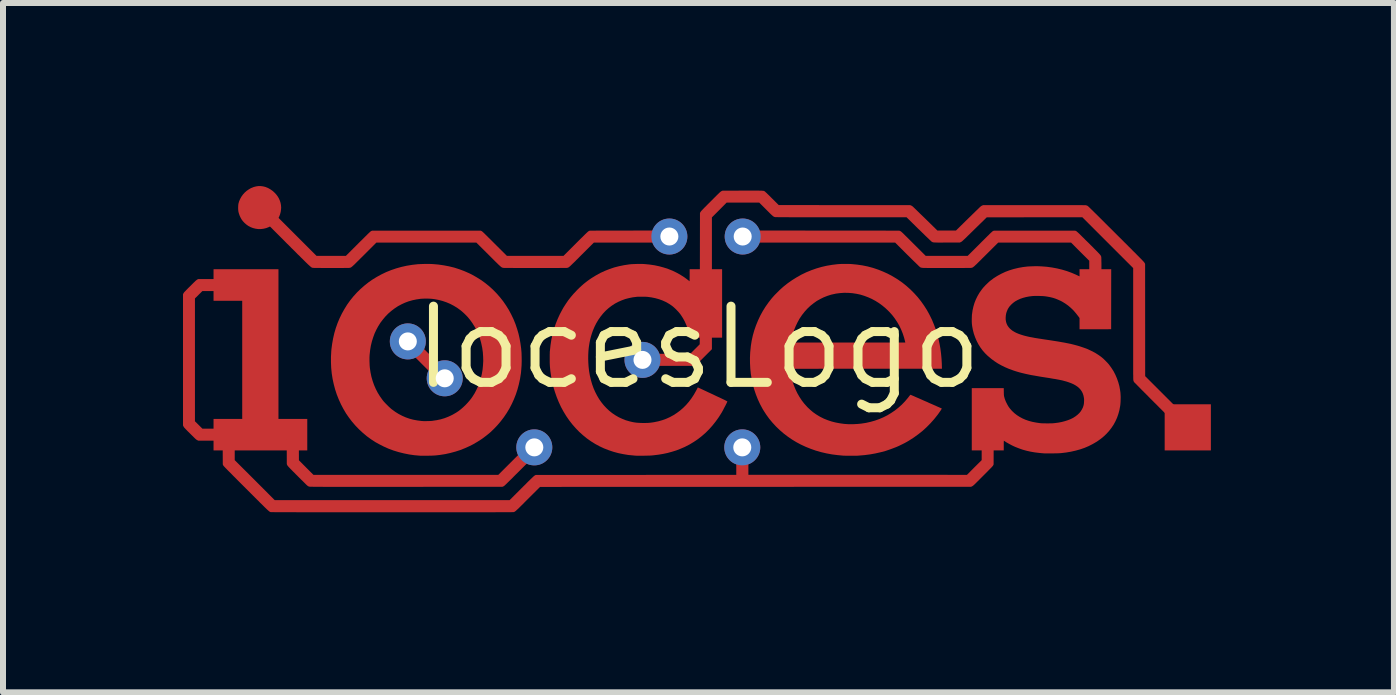
<source format=kicad_pcb>
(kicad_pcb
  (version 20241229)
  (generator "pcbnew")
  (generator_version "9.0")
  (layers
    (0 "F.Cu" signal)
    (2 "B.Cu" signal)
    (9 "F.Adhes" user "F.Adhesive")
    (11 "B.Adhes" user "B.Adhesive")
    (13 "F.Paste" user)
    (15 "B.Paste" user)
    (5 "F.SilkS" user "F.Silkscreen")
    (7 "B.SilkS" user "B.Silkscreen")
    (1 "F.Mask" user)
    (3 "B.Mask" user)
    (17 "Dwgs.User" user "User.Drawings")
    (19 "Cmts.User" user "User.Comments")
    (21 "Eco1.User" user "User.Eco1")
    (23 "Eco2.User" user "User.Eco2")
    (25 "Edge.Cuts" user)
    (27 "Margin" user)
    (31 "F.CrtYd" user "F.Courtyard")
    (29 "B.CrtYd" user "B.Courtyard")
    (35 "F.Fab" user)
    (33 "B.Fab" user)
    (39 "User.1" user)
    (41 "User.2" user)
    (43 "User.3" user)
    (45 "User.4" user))
  (footprint "IocesLogo"
    (layer "F.Cu")
    (at 8.589 2.743)
    (property "Reference" "IocesLogo" (at 0 0 0) (layer "F.SilkS") (effects (font (size 1.27 1.27) (thickness 0.15))))
    (attr through_hole)
    (fp_poly (pts (xy 8.542 1.714) (xy 7.772 1.714) (xy 7.772 0.945) (xy 8.542 0.945) (xy 8.542 1.714)) (stroke (width 0) (type solid)) (fill yes) (layer "F.Cu"))
    (fp_poly (pts (xy -6.998 1.189) (xy -6.518 1.189) (xy -6.518 1.714) (xy -8.08 1.714) (xy -8.08 1.189) (xy -7.602 1.189) (xy -7.602 -0.78) (xy -8.08 -0.78) (xy -8.08 -1.306) (xy -6.998 -1.306) (xy -6.998 1.189)) (stroke (width 0) (type solid)) (fill yes) (layer "F.Cu"))
    (fp_poly (pts (xy -4.464 0.131) (xy -4.438 0.157) (xy -4.414 0.182) (xy -4.39 0.205) (xy -4.368 0.227) (xy -4.348 0.247) (xy -4.33 0.266) (xy -4.314 0.282) (xy -4.3 0.295) (xy -4.29 0.307) (xy -4.282 0.315) (xy -4.277 0.32) (xy -4.275 0.321) (xy -4.277 0.324) (xy -4.282 0.329) (xy -4.29 0.337) (xy -4.3 0.348) (xy -4.312 0.361) (xy -4.326 0.375) (xy -4.341 0.39) (xy -4.345 0.394) (xy -4.416 0.465) (xy -4.605 0.276) (xy -4.794 0.086) (xy -4.652 -0.056) (xy -4.464 0.131)) (stroke (width 0) (type solid)) (fill yes) (layer "F.Cu"))
    (fp_poly (pts (xy -7.256 -2.687) (xy -7.218 -2.678) (xy -7.18 -2.663) (xy -7.167 -2.657) (xy -7.129 -2.635) (xy -7.095 -2.611) (xy -7.064 -2.583) (xy -7.036 -2.553) (xy -7.011 -2.52) (xy -6.991 -2.486) (xy -6.975 -2.449) (xy -6.963 -2.412) (xy -6.956 -2.373) (xy -6.953 -2.334) (xy -6.955 -2.304) (xy -6.961 -2.26) (xy -6.972 -2.219) (xy -6.987 -2.181) (xy -7.007 -2.145) (xy -7.031 -2.111) (xy -7.059 -2.08) (xy -7.091 -2.051) (xy -7.125 -2.027) (xy -7.162 -2.007) (xy -7.201 -1.992) (xy -7.241 -1.982) (xy -7.283 -1.976) (xy -7.326 -1.975) (xy -7.341 -1.976) (xy -7.382 -1.982) (xy -7.422 -1.992) (xy -7.461 -2.007) (xy -7.498 -2.026) (xy -7.532 -2.05) (xy -7.563 -2.077) (xy -7.592 -2.108) (xy -7.612 -2.135) (xy -7.629 -2.165) (xy -7.645 -2.199) (xy -7.657 -2.234) (xy -7.665 -2.263) (xy -7.667 -2.278) (xy -7.669 -2.296) (xy -7.67 -2.316) (xy -7.67 -2.337) (xy -7.669 -2.358) (xy -7.668 -2.376) (xy -7.666 -2.392) (xy -7.665 -2.399) (xy -7.653 -2.44) (xy -7.636 -2.479) (xy -7.615 -2.516) (xy -7.59 -2.551) (xy -7.562 -2.582) (xy -7.53 -2.611) (xy -7.495 -2.635) (xy -7.458 -2.657) (xy -7.418 -2.673) (xy -7.411 -2.676) (xy -7.372 -2.686) (xy -7.333 -2.692) (xy -7.295 -2.692) (xy -7.256 -2.687)) (stroke (width 0) (type solid)) (fill yes) (layer "F.Cu"))
    (fp_poly (pts (xy -6.76 1.448) (xy -6.659 1.449) (xy -6.658 1.664) (xy -6.657 1.878) (xy -6.536 2) (xy -6.415 2.121) (xy -3.334 2.121) (xy -3.128 1.915) (xy -2.922 1.709) (xy -2.779 1.853) (xy -3.005 2.079) (xy -3.039 2.112) (xy -3.069 2.142) (xy -3.095 2.169) (xy -3.119 2.193) (xy -3.14 2.213) (xy -3.159 2.232) (xy -3.175 2.247) (xy -3.188 2.261) (xy -3.2 2.272) (xy -3.21 2.282) (xy -3.218 2.289) (xy -3.225 2.296) (xy -3.231 2.301) (xy -3.236 2.305) (xy -3.239 2.307) (xy -3.243 2.31) (xy -3.245 2.311) (xy -3.248 2.313) (xy -3.249 2.313) (xy -3.265 2.32) (xy -4.869 2.321) (xy -4.977 2.321) (xy -5.081 2.321) (xy -5.179 2.321) (xy -5.273 2.321) (xy -5.362 2.321) (xy -5.446 2.321) (xy -5.526 2.321) (xy -5.602 2.321) (xy -5.674 2.321) (xy -5.742 2.321) (xy -5.805 2.321) (xy -5.866 2.321) (xy -5.922 2.321) (xy -5.975 2.321) (xy -6.024 2.321) (xy -6.07 2.321) (xy -6.113 2.321) (xy -6.153 2.321) (xy -6.19 2.321) (xy -6.224 2.321) (xy -6.255 2.321) (xy -6.283 2.32) (xy -6.31 2.32) (xy -6.333 2.32) (xy -6.355 2.32) (xy -6.374 2.32) (xy -6.391 2.32) (xy -6.407 2.32) (xy -6.42 2.32) (xy -6.432 2.319) (xy -6.443 2.319) (xy -6.452 2.319) (xy -6.459 2.319) (xy -6.466 2.319) (xy -6.471 2.319) (xy -6.475 2.318) (xy -6.479 2.318) (xy -6.482 2.318) (xy -6.484 2.318) (xy -6.485 2.317) (xy -6.487 2.317) (xy -6.487 2.317) (xy -6.498 2.313) (xy -6.508 2.307) (xy -6.513 2.304) (xy -6.516 2.301) (xy -6.523 2.295) (xy -6.533 2.286) (xy -6.545 2.274) (xy -6.56 2.259) (xy -6.577 2.242) (xy -6.596 2.223) (xy -6.617 2.203) (xy -6.639 2.181) (xy -6.662 2.158) (xy -6.684 2.136) (xy -6.712 2.108) (xy -6.736 2.083) (xy -6.758 2.062) (xy -6.776 2.043) (xy -6.792 2.027) (xy -6.805 2.014) (xy -6.816 2.002) (xy -6.825 1.993) (xy -6.832 1.985) (xy -6.838 1.978) (xy -6.842 1.973) (xy -6.846 1.969) (xy -6.848 1.965) (xy -6.85 1.962) (xy -6.852 1.959) (xy -6.852 1.958) (xy -6.859 1.942) (xy -6.86 1.695) (xy -6.861 1.448) (xy -6.76 1.448)) (stroke (width 0) (type solid)) (fill yes) (layer "F.Cu"))
    (fp_poly (pts (xy 3.349 -1.949) (xy 3.365 -1.942) (xy 3.368 -1.941) (xy 3.371 -1.939) (xy 3.374 -1.937) (xy 3.378 -1.934) (xy 3.383 -1.93) (xy 3.389 -1.925) (xy 3.396 -1.919) (xy 3.404 -1.911) (xy 3.414 -1.902) (xy 3.426 -1.89) (xy 3.44 -1.876) (xy 3.456 -1.86) (xy 3.475 -1.842) (xy 3.496 -1.821) (xy 3.521 -1.796) (xy 3.548 -1.769) (xy 3.579 -1.738) (xy 3.585 -1.732) (xy 3.789 -1.529) (xy 4.139 -1.529) (xy 4.489 -1.529) (xy 4.693 -1.732) (xy 4.724 -1.764) (xy 4.753 -1.792) (xy 4.778 -1.817) (xy 4.8 -1.839) (xy 4.82 -1.859) (xy 4.837 -1.875) (xy 4.851 -1.89) (xy 4.864 -1.902) (xy 4.874 -1.912) (xy 4.883 -1.92) (xy 4.89 -1.926) (xy 4.896 -1.932) (xy 4.901 -1.936) (xy 4.905 -1.939) (xy 4.908 -1.941) (xy 4.911 -1.942) (xy 4.911 -1.942) (xy 4.926 -1.949) (xy 6.28 -1.949) (xy 6.297 -1.941) (xy 6.3 -1.94) (xy 6.303 -1.938) (xy 6.307 -1.935) (xy 6.311 -1.931) (xy 6.317 -1.926) (xy 6.324 -1.92) (xy 6.333 -1.912) (xy 6.343 -1.902) (xy 6.355 -1.891) (xy 6.369 -1.877) (xy 6.385 -1.861) (xy 6.404 -1.842) (xy 6.426 -1.821) (xy 6.45 -1.796) (xy 6.478 -1.769) (xy 6.507 -1.741) (xy 6.538 -1.709) (xy 6.566 -1.682) (xy 6.59 -1.657) (xy 6.612 -1.635) (xy 6.631 -1.616) (xy 6.647 -1.6) (xy 6.661 -1.585) (xy 6.673 -1.573) (xy 6.683 -1.562) (xy 6.691 -1.553) (xy 6.697 -1.546) (xy 6.702 -1.539) (xy 6.706 -1.534) (xy 6.709 -1.528) (xy 6.711 -1.524) (xy 6.713 -1.52) (xy 6.714 -1.515) (xy 6.715 -1.51) (xy 6.715 -1.505) (xy 6.716 -1.505) (xy 6.716 -1.5) (xy 6.716 -1.492) (xy 6.717 -1.479) (xy 6.717 -1.461) (xy 6.717 -1.439) (xy 6.718 -1.413) (xy 6.718 -1.382) (xy 6.718 -1.347) (xy 6.718 -1.306) (xy 6.718 -1.261) (xy 6.718 -1.211) (xy 6.718 -1.17) (xy 6.718 -0.851) (xy 6.515 -0.851) (xy 6.515 -1.447) (xy 6.363 -1.598) (xy 6.212 -1.75) (xy 5.605 -1.75) (xy 4.998 -1.75) (xy 4.794 -1.547) (xy 4.762 -1.515) (xy 4.733 -1.487) (xy 4.708 -1.461) (xy 4.685 -1.439) (xy 4.665 -1.419) (xy 4.648 -1.402) (xy 4.633 -1.387) (xy 4.619 -1.375) (xy 4.608 -1.364) (xy 4.599 -1.356) (xy 4.59 -1.349) (xy 4.583 -1.343) (xy 4.577 -1.339) (xy 4.572 -1.336) (xy 4.567 -1.333) (xy 4.563 -1.332) (xy 4.559 -1.331) (xy 4.554 -1.33) (xy 4.549 -1.329) (xy 4.546 -1.329) (xy 4.541 -1.328) (xy 4.531 -1.328) (xy 4.516 -1.327) (xy 4.495 -1.327) (xy 4.47 -1.327) (xy 4.44 -1.327) (xy 4.405 -1.326) (xy 4.364 -1.326) (xy 4.319 -1.326) (xy 4.269 -1.326) (xy 4.214 -1.326) (xy 4.155 -1.326) (xy 4.136 -1.326) (xy 4.083 -1.326) (xy 4.034 -1.326) (xy 3.989 -1.326) (xy 3.949 -1.326) (xy 3.914 -1.326) (xy 3.882 -1.326) (xy 3.853 -1.326) (xy 3.828 -1.326) (xy 3.806 -1.327) (xy 3.788 -1.327) (xy 3.771 -1.327) (xy 3.757 -1.328) (xy 3.746 -1.328) (xy 3.736 -1.329) (xy 3.728 -1.33) (xy 3.721 -1.331) (xy 3.716 -1.332) (xy 3.712 -1.333) (xy 3.708 -1.334) (xy 3.705 -1.335) (xy 3.702 -1.337) (xy 3.699 -1.339) (xy 3.696 -1.34) (xy 3.692 -1.343) (xy 3.685 -1.35) (xy 3.674 -1.359) (xy 3.661 -1.373) (xy 3.644 -1.389) (xy 3.624 -1.409) (xy 3.601 -1.431) (xy 3.575 -1.456) (xy 3.546 -1.485) (xy 3.515 -1.516) (xy 3.482 -1.548) (xy 3.28 -1.75) (xy 2.096 -1.75) (xy 0.912 -1.75) (xy 0.912 -1.951) (xy 3.349 -1.949)) (stroke (width 0) (type solid)) (fill yes) (layer "F.Cu"))
    (fp_poly (pts (xy -6.803 -1.968) (xy -6.364 -1.529) (xy -5.874 -1.529) (xy -5.671 -1.732) (xy -5.639 -1.764) (xy -5.61 -1.792) (xy -5.585 -1.817) (xy -5.563 -1.839) (xy -5.543 -1.859) (xy -5.526 -1.875) (xy -5.512 -1.89) (xy -5.499 -1.902) (xy -5.489 -1.912) (xy -5.48 -1.92) (xy -5.473 -1.926) (xy -5.467 -1.932) (xy -5.462 -1.936) (xy -5.458 -1.939) (xy -5.455 -1.941) (xy -5.452 -1.942) (xy -5.452 -1.942) (xy -5.437 -1.949) (xy -3.628 -1.949) (xy -3.613 -1.942) (xy -3.61 -1.941) (xy -3.607 -1.939) (xy -3.603 -1.936) (xy -3.599 -1.932) (xy -3.593 -1.927) (xy -3.585 -1.92) (xy -3.577 -1.912) (xy -3.566 -1.902) (xy -3.554 -1.89) (xy -3.539 -1.875) (xy -3.522 -1.859) (xy -3.503 -1.839) (xy -3.48 -1.817) (xy -3.455 -1.792) (xy -3.427 -1.764) (xy -3.395 -1.732) (xy -3.395 -1.732) (xy -3.191 -1.529) (xy -2.719 -1.529) (xy -2.247 -1.529) (xy -2.044 -1.732) (xy -2.012 -1.764) (xy -1.984 -1.792) (xy -1.959 -1.817) (xy -1.936 -1.839) (xy -1.917 -1.858) (xy -1.9 -1.875) (xy -1.886 -1.889) (xy -1.873 -1.901) (xy -1.863 -1.911) (xy -1.854 -1.919) (xy -1.847 -1.926) (xy -1.841 -1.931) (xy -1.836 -1.935) (xy -1.832 -1.938) (xy -1.829 -1.94) (xy -1.826 -1.942) (xy -1.825 -1.942) (xy -1.81 -1.949) (xy -1.234 -1.95) (xy -0.658 -1.951) (xy -0.658 -1.75) (xy -1.199 -1.75) (xy -1.741 -1.75) (xy -1.946 -1.546) (xy -1.978 -1.514) (xy -2.006 -1.485) (xy -2.032 -1.46) (xy -2.054 -1.437) (xy -2.074 -1.418) (xy -2.092 -1.401) (xy -2.107 -1.386) (xy -2.12 -1.374) (xy -2.131 -1.363) (xy -2.14 -1.355) (xy -2.148 -1.348) (xy -2.155 -1.343) (xy -2.161 -1.338) (xy -2.166 -1.335) (xy -2.171 -1.333) (xy -2.175 -1.331) (xy -2.179 -1.33) (xy -2.183 -1.33) (xy -2.188 -1.329) (xy -2.192 -1.328) (xy -2.196 -1.328) (xy -2.205 -1.328) (xy -2.219 -1.327) (xy -2.237 -1.327) (xy -2.258 -1.327) (xy -2.283 -1.327) (xy -2.312 -1.327) (xy -2.344 -1.326) (xy -2.378 -1.326) (xy -2.415 -1.326) (xy -2.453 -1.326) (xy -2.494 -1.326) (xy -2.536 -1.326) (xy -2.579 -1.326) (xy -2.624 -1.326) (xy -2.669 -1.326) (xy -2.714 -1.326) (xy -2.759 -1.326) (xy -2.804 -1.326) (xy -2.849 -1.326) (xy -2.893 -1.326) (xy -2.935 -1.326) (xy -2.976 -1.326) (xy -3.016 -1.326) (xy -3.053 -1.326) (xy -3.088 -1.327) (xy -3.12 -1.327) (xy -3.15 -1.327) (xy -3.176 -1.327) (xy -3.199 -1.327) (xy -3.218 -1.328) (xy -3.233 -1.328) (xy -3.243 -1.328) (xy -3.249 -1.329) (xy -3.25 -1.329) (xy -3.255 -1.33) (xy -3.26 -1.33) (xy -3.264 -1.332) (xy -3.268 -1.333) (xy -3.273 -1.335) (xy -3.278 -1.338) (xy -3.283 -1.341) (xy -3.29 -1.346) (xy -3.297 -1.353) (xy -3.306 -1.36) (xy -3.316 -1.37) (xy -3.329 -1.381) (xy -3.343 -1.395) (xy -3.359 -1.411) (xy -3.378 -1.429) (xy -3.399 -1.45) (xy -3.423 -1.474) (xy -3.45 -1.501) (xy -3.481 -1.532) (xy -3.496 -1.547) (xy -3.7 -1.75) (xy -5.366 -1.75) (xy -5.569 -1.547) (xy -5.601 -1.515) (xy -5.63 -1.487) (xy -5.655 -1.461) (xy -5.678 -1.439) (xy -5.698 -1.419) (xy -5.715 -1.402) (xy -5.73 -1.387) (xy -5.743 -1.375) (xy -5.754 -1.365) (xy -5.764 -1.356) (xy -5.772 -1.349) (xy -5.779 -1.344) (xy -5.785 -1.339) (xy -5.79 -1.336) (xy -5.795 -1.334) (xy -5.799 -1.332) (xy -5.803 -1.331) (xy -5.808 -1.33) (xy -5.812 -1.329) (xy -5.815 -1.329) (xy -5.82 -1.328) (xy -5.83 -1.328) (xy -5.844 -1.327) (xy -5.862 -1.327) (xy -5.883 -1.327) (xy -5.907 -1.327) (xy -5.935 -1.326) (xy -5.964 -1.326) (xy -5.995 -1.326) (xy -6.028 -1.326) (xy -6.061 -1.326) (xy -6.096 -1.326) (xy -6.131 -1.326) (xy -6.165 -1.326) (xy -6.199 -1.326) (xy -6.232 -1.326) (xy -6.264 -1.326) (xy -6.294 -1.327) (xy -6.322 -1.327) (xy -6.348 -1.327) (xy -6.371 -1.327) (xy -6.39 -1.328) (xy -6.406 -1.328) (xy -6.417 -1.329) (xy -6.424 -1.329) (xy -6.426 -1.329) (xy -6.429 -1.33) (xy -6.432 -1.331) (xy -6.435 -1.331) (xy -6.438 -1.332) (xy -6.441 -1.333) (xy -6.444 -1.335) (xy -6.448 -1.337) (xy -6.452 -1.34) (xy -6.457 -1.343) (xy -6.462 -1.348) (xy -6.469 -1.354) (xy -6.477 -1.361) (xy -6.486 -1.369) (xy -6.497 -1.379) (xy -6.509 -1.39) (xy -6.522 -1.403) (xy -6.538 -1.418) (xy -6.555 -1.435) (xy -6.574 -1.454) (xy -6.596 -1.476) (xy -6.62 -1.499) (xy -6.646 -1.526) (xy -6.676 -1.554) (xy -6.707 -1.586) (xy -6.742 -1.621) (xy -6.78 -1.658) (xy -6.82 -1.699) (xy -6.865 -1.743) (xy -6.912 -1.791) (xy -6.925 -1.804) (xy -7.385 -2.263) (xy -7.242 -2.407) (xy -6.803 -1.968)) (stroke (width 0) (type solid)) (fill yes) (layer "F.Cu"))
    (fp_poly (pts (xy -4.475 -1.394) (xy -4.451 -1.393) (xy -4.43 -1.392) (xy -4.427 -1.392) (xy -4.334 -1.384) (xy -4.244 -1.371) (xy -4.155 -1.354) (xy -4.069 -1.333) (xy -3.985 -1.306) (xy -3.902 -1.275) (xy -3.822 -1.24) (xy -3.775 -1.217) (xy -3.699 -1.174) (xy -3.625 -1.128) (xy -3.555 -1.078) (xy -3.488 -1.024) (xy -3.424 -0.966) (xy -3.364 -0.905) (xy -3.307 -0.84) (xy -3.254 -0.773) (xy -3.205 -0.702) (xy -3.159 -0.628) (xy -3.118 -0.551) (xy -3.08 -0.472) (xy -3.047 -0.39) (xy -3.019 -0.306) (xy -2.997 -0.23) (xy -2.979 -0.151) (xy -2.965 -0.071) (xy -2.954 0.009) (xy -2.953 0.018) (xy -2.947 0.085) (xy -2.945 0.154) (xy -2.944 0.224) (xy -2.946 0.295) (xy -2.951 0.364) (xy -2.957 0.429) (xy -2.958 0.433) (xy -2.972 0.522) (xy -2.991 0.61) (xy -3.014 0.696) (xy -3.041 0.779) (xy -3.073 0.86) (xy -3.109 0.939) (xy -3.149 1.016) (xy -3.193 1.089) (xy -3.241 1.16) (xy -3.293 1.228) (xy -3.348 1.293) (xy -3.407 1.355) (xy -3.469 1.414) (xy -3.535 1.468) (xy -3.604 1.52) (xy -3.677 1.567) (xy -3.752 1.611) (xy -3.813 1.642) (xy -3.891 1.677) (xy -3.969 1.708) (xy -4.05 1.734) (xy -4.132 1.756) (xy -4.217 1.775) (xy -4.305 1.789) (xy -4.376 1.797) (xy -4.388 1.798) (xy -4.404 1.799) (xy -4.424 1.8) (xy -4.446 1.801) (xy -4.47 1.801) (xy -4.495 1.802) (xy -4.521 1.802) (xy -4.546 1.803) (xy -4.57 1.803) (xy -4.592 1.803) (xy -4.611 1.803) (xy -4.627 1.802) (xy -4.637 1.802) (xy -4.73 1.794) (xy -4.821 1.781) (xy -4.91 1.763) (xy -4.998 1.741) (xy -5.083 1.715) (xy -5.166 1.684) (xy -5.246 1.648) (xy -5.324 1.608) (xy -5.38 1.577) (xy -5.453 1.53) (xy -5.523 1.479) (xy -5.589 1.424) (xy -5.653 1.365) (xy -5.713 1.303) (xy -5.77 1.237) (xy -5.823 1.168) (xy -5.872 1.097) (xy -5.916 1.022) (xy -5.956 0.946) (xy -5.993 0.865) (xy -6.026 0.782) (xy -6.054 0.696) (xy -6.077 0.609) (xy -6.096 0.521) (xy -6.11 0.431) (xy -6.119 0.34) (xy -6.123 0.248) (xy -6.123 0.192) (xy -5.481 0.192) (xy -5.481 0.22) (xy -5.48 0.248) (xy -5.479 0.276) (xy -5.478 0.301) (xy -5.476 0.323) (xy -5.475 0.337) (xy -5.464 0.412) (xy -5.449 0.485) (xy -5.429 0.555) (xy -5.405 0.623) (xy -5.377 0.688) (xy -5.344 0.752) (xy -5.307 0.812) (xy -5.265 0.871) (xy -5.252 0.888) (xy -5.241 0.901) (xy -5.227 0.916) (xy -5.211 0.933) (xy -5.193 0.951) (xy -5.175 0.969) (xy -5.157 0.987) (xy -5.139 1.003) (xy -5.123 1.018) (xy -5.109 1.029) (xy -5.105 1.032) (xy -5.05 1.072) (xy -4.994 1.107) (xy -4.936 1.137) (xy -4.877 1.163) (xy -4.815 1.185) (xy -4.751 1.202) (xy -4.685 1.214) (xy -4.616 1.223) (xy -4.587 1.225) (xy -4.576 1.226) (xy -4.56 1.226) (xy -4.542 1.226) (xy -4.522 1.225) (xy -4.501 1.225) (xy -4.48 1.224) (xy -4.46 1.223) (xy -4.444 1.222) (xy -4.43 1.221) (xy -4.43 1.22) (xy -4.361 1.21) (xy -4.295 1.196) (xy -4.231 1.177) (xy -4.169 1.153) (xy -4.119 1.13) (xy -4.074 1.106) (xy -4.033 1.082) (xy -3.994 1.056) (xy -3.957 1.027) (xy -3.92 0.995) (xy -3.883 0.96) (xy -3.882 0.959) (xy -3.848 0.923) (xy -3.817 0.888) (xy -3.789 0.853) (xy -3.763 0.816) (xy -3.738 0.776) (xy -3.73 0.764) (xy -3.698 0.703) (xy -3.669 0.64) (xy -3.645 0.574) (xy -3.624 0.506) (xy -3.608 0.437) (xy -3.596 0.366) (xy -3.589 0.295) (xy -3.585 0.222) (xy -3.587 0.15) (xy -3.592 0.077) (xy -3.602 0.005) (xy -3.617 -0.066) (xy -3.622 -0.088) (xy -3.642 -0.156) (xy -3.667 -0.222) (xy -3.695 -0.286) (xy -3.728 -0.347) (xy -3.764 -0.405) (xy -3.804 -0.461) (xy -3.847 -0.513) (xy -3.894 -0.561) (xy -3.944 -0.606) (xy -3.965 -0.623) (xy -4.02 -0.663) (xy -4.078 -0.698) (xy -4.137 -0.729) (xy -4.199 -0.755) (xy -4.263 -0.777) (xy -4.328 -0.794) (xy -4.397 -0.807) (xy -4.445 -0.813) (xy -4.46 -0.814) (xy -4.479 -0.815) (xy -4.5 -0.816) (xy -4.523 -0.816) (xy -4.547 -0.816) (xy -4.571 -0.816) (xy -4.592 -0.815) (xy -4.611 -0.814) (xy -4.626 -0.813) (xy -4.628 -0.813) (xy -4.697 -0.803) (xy -4.764 -0.789) (xy -4.828 -0.771) (xy -4.89 -0.748) (xy -4.946 -0.722) (xy -5.006 -0.69) (xy -5.062 -0.653) (xy -5.116 -0.612) (xy -5.167 -0.568) (xy -5.214 -0.52) (xy -5.257 -0.469) (xy -5.298 -0.415) (xy -5.334 -0.358) (xy -5.367 -0.297) (xy -5.396 -0.235) (xy -5.42 -0.169) (xy -5.441 -0.102) (xy -5.458 -0.032) (xy -5.47 0.04) (xy -5.478 0.114) (xy -5.479 0.122) (xy -5.48 0.142) (xy -5.481 0.166) (xy -5.481 0.192) (xy -6.123 0.192) (xy -6.123 0.155) (xy -6.118 0.061) (xy -6.115 0.025) (xy -6.103 -0.065) (xy -6.087 -0.154) (xy -6.067 -0.241) (xy -6.042 -0.326) (xy -6.013 -0.408) (xy -5.979 -0.489) (xy -5.941 -0.567) (xy -5.899 -0.642) (xy -5.854 -0.715) (xy -5.804 -0.785) (xy -5.75 -0.852) (xy -5.692 -0.916) (xy -5.631 -0.976) (xy -5.566 -1.033) (xy -5.498 -1.087) (xy -5.434 -1.132) (xy -5.359 -1.178) (xy -5.282 -1.22) (xy -5.203 -1.258) (xy -5.121 -1.291) (xy -5.036 -1.32) (xy -4.95 -1.344) (xy -4.861 -1.364) (xy -4.769 -1.379) (xy -4.69 -1.388) (xy -4.671 -1.39) (xy -4.647 -1.391) (xy -4.621 -1.392) (xy -4.592 -1.393) (xy -4.562 -1.394) (xy -4.532 -1.394) (xy -4.503 -1.394) (xy -4.475 -1.394)) (stroke (width 0) (type solid)) (fill yes) (layer "F.Cu"))
    (fp_poly (pts (xy -7.866 -0.942) (xy -8.266 -0.942) (xy -8.39 -0.819) (xy -8.39 0.205) (xy -8.39 1.228) (xy -8.266 1.351) (xy -7.503 1.351) (xy -7.503 1.552) (xy -7.727 1.552) (xy -7.727 1.876) (xy -7.393 2.209) (xy -7.06 2.543) (xy -3.146 2.543) (xy -2.943 2.34) (xy -2.911 2.308) (xy -2.882 2.28) (xy -2.857 2.254) (xy -2.835 2.232) (xy -2.815 2.213) (xy -2.798 2.196) (xy -2.783 2.182) (xy -2.771 2.17) (xy -2.76 2.16) (xy -2.751 2.151) (xy -2.744 2.145) (xy -2.738 2.14) (xy -2.733 2.136) (xy -2.729 2.133) (xy -2.726 2.131) (xy -2.724 2.13) (xy -2.709 2.122) (xy -1.038 2.122) (xy 0.632 2.121) (xy 0.632 1.953) (xy 0.632 1.786) (xy 0.833 1.786) (xy 0.834 1.953) (xy 0.834 2.12) (xy 2.656 2.12) (xy 4.477 2.121) (xy 4.599 1.998) (xy 4.722 1.876) (xy 4.722 1.186) (xy 4.923 1.186) (xy 4.922 1.567) (xy 4.921 1.947) (xy 4.914 1.962) (xy 4.912 1.965) (xy 4.91 1.969) (xy 4.907 1.973) (xy 4.903 1.978) (xy 4.897 1.984) (xy 4.89 1.992) (xy 4.881 2.002) (xy 4.87 2.013) (xy 4.857 2.026) (xy 4.841 2.042) (xy 4.823 2.061) (xy 4.802 2.082) (xy 4.778 2.106) (xy 4.75 2.134) (xy 4.744 2.14) (xy 4.716 2.168) (xy 4.691 2.193) (xy 4.67 2.215) (xy 4.651 2.233) (xy 4.635 2.249) (xy 4.621 2.263) (xy 4.61 2.274) (xy 4.6 2.283) (xy 4.592 2.291) (xy 4.585 2.296) (xy 4.58 2.301) (xy 4.575 2.305) (xy 4.571 2.307) (xy 4.568 2.309) (xy 4.565 2.311) (xy 4.563 2.312) (xy 4.545 2.32) (xy 0.954 2.321) (xy -2.638 2.322) (xy -2.841 2.524) (xy -2.873 2.556) (xy -2.902 2.585) (xy -2.927 2.611) (xy -2.95 2.633) (xy -2.97 2.653) (xy -2.987 2.67) (xy -3.002 2.685) (xy -3.016 2.697) (xy -3.027 2.707) (xy -3.036 2.716) (xy -3.044 2.723) (xy -3.051 2.728) (xy -3.057 2.733) (xy -3.063 2.736) (xy -3.067 2.738) (xy -3.072 2.74) (xy -3.076 2.741) (xy -3.081 2.742) (xy -3.086 2.743) (xy -3.089 2.743) (xy -3.092 2.743) (xy -3.101 2.743) (xy -3.114 2.743) (xy -3.132 2.744) (xy -3.154 2.744) (xy -3.18 2.744) (xy -3.211 2.744) (xy -3.246 2.744) (xy -3.285 2.744) (xy -3.327 2.744) (xy -3.373 2.744) (xy -3.423 2.745) (xy -3.476 2.745) (xy -3.532 2.745) (xy -3.591 2.745) (xy -3.652 2.745) (xy -3.717 2.745) (xy -3.784 2.745) (xy -3.853 2.745) (xy -3.925 2.745) (xy -3.999 2.745) (xy -4.075 2.745) (xy -4.153 2.745) (xy -4.232 2.745) (xy -4.313 2.745) (xy -4.395 2.745) (xy -4.478 2.745) (xy -4.563 2.745) (xy -4.648 2.745) (xy -4.734 2.745) (xy -4.821 2.745) (xy -4.908 2.745) (xy -4.996 2.745) (xy -5.084 2.745) (xy -5.172 2.745) (xy -5.259 2.745) (xy -5.347 2.745) (xy -5.434 2.745) (xy -5.52 2.745) (xy -5.606 2.745) (xy -5.691 2.745) (xy -5.775 2.745) (xy -5.858 2.745) (xy -5.939 2.745) (xy -6.019 2.745) (xy -6.098 2.745) (xy -6.175 2.745) (xy -6.249 2.745) (xy -6.322 2.745) (xy -6.393 2.745) (xy -6.461 2.745) (xy -6.527 2.745) (xy -6.59 2.745) (xy -6.65 2.745) (xy -6.707 2.744) (xy -6.762 2.744) (xy -6.813 2.744) (xy -6.86 2.744) (xy -6.904 2.744) (xy -6.945 2.744) (xy -6.982 2.744) (xy -7.014 2.744) (xy -7.043 2.744) (xy -7.067 2.743) (xy -7.087 2.743) (xy -7.102 2.743) (xy -7.113 2.743) (xy -7.119 2.743) (xy -7.12 2.743) (xy -7.123 2.742) (xy -7.126 2.742) (xy -7.129 2.741) (xy -7.132 2.741) (xy -7.136 2.74) (xy -7.139 2.738) (xy -7.143 2.736) (xy -7.148 2.733) (xy -7.153 2.729) (xy -7.159 2.724) (xy -7.166 2.718) (xy -7.175 2.71) (xy -7.185 2.701) (xy -7.196 2.691) (xy -7.209 2.678) (xy -7.224 2.664) (xy -7.24 2.648) (xy -7.259 2.629) (xy -7.28 2.608) (xy -7.304 2.585) (xy -7.33 2.558) (xy -7.359 2.53) (xy -7.391 2.498) (xy -7.426 2.463) (xy -7.464 2.425) (xy -7.505 2.384) (xy -7.537 2.352) (xy -7.58 2.309) (xy -7.62 2.269) (xy -7.657 2.232) (xy -7.691 2.198) (xy -7.721 2.167) (xy -7.749 2.14) (xy -7.774 2.114) (xy -7.796 2.092) (xy -7.816 2.072) (xy -7.834 2.054) (xy -7.85 2.038) (xy -7.863 2.024) (xy -7.875 2.012) (xy -7.885 2.002) (xy -7.893 1.993) (xy -7.9 1.986) (xy -7.905 1.98) (xy -7.91 1.975) (xy -7.913 1.971) (xy -7.916 1.967) (xy -7.917 1.965) (xy -7.919 1.963) (xy -7.919 1.962) (xy -7.926 1.947) (xy -7.927 1.749) (xy -7.927 1.552) (xy -8.131 1.551) (xy -8.335 1.551) (xy -8.353 1.542) (xy -8.357 1.54) (xy -8.361 1.538) (xy -8.366 1.534) (xy -8.371 1.53) (xy -8.377 1.525) (xy -8.385 1.518) (xy -8.394 1.509) (xy -8.406 1.498) (xy -8.419 1.484) (xy -8.436 1.468) (xy -8.455 1.449) (xy -8.471 1.433) (xy -8.493 1.411) (xy -8.512 1.393) (xy -8.527 1.377) (xy -8.54 1.364) (xy -8.55 1.353) (xy -8.558 1.345) (xy -8.565 1.337) (xy -8.57 1.331) (xy -8.574 1.326) (xy -8.576 1.322) (xy -8.579 1.318) (xy -8.581 1.314) (xy -8.589 1.297) (xy -8.589 -0.888) (xy -8.582 -0.903) (xy -8.58 -0.907) (xy -8.578 -0.911) (xy -8.574 -0.915) (xy -8.57 -0.921) (xy -8.564 -0.928) (xy -8.556 -0.936) (xy -8.546 -0.946) (xy -8.534 -0.959) (xy -8.519 -0.974) (xy -8.502 -0.992) (xy -8.481 -1.012) (xy -8.47 -1.023) (xy -8.448 -1.045) (xy -8.428 -1.065) (xy -8.412 -1.081) (xy -8.398 -1.094) (xy -8.387 -1.105) (xy -8.378 -1.114) (xy -8.37 -1.12) (xy -8.364 -1.125) (xy -8.359 -1.129) (xy -8.355 -1.132) (xy -8.351 -1.134) (xy -8.35 -1.135) (xy -8.335 -1.142) (xy -8.101 -1.142) (xy -7.866 -1.143) (xy -7.866 -0.942)) (stroke (width 0) (type solid)) (fill yes) (layer "F.Cu"))
    (fp_poly (pts (xy -0.961 -1.394) (xy -0.936 -1.394) (xy -0.913 -1.393) (xy -0.898 -1.392) (xy -0.814 -1.384) (xy -0.732 -1.372) (xy -0.652 -1.355) (xy -0.575 -1.334) (xy -0.5 -1.309) (xy -0.427 -1.28) (xy -0.358 -1.246) (xy -0.291 -1.208) (xy -0.227 -1.167) (xy -0.17 -1.124) (xy -0.146 -1.105) (xy -0.145 -1.205) (xy -0.145 -1.306) (xy 0.396 -1.306) (xy 0.396 -0.165) (xy -0.144 -0.165) (xy -0.147 -0.184) (xy -0.161 -0.25) (xy -0.178 -0.314) (xy -0.2 -0.375) (xy -0.226 -0.434) (xy -0.256 -0.489) (xy -0.29 -0.542) (xy -0.303 -0.56) (xy -0.317 -0.577) (xy -0.334 -0.597) (xy -0.353 -0.617) (xy -0.373 -0.638) (xy -0.393 -0.657) (xy -0.413 -0.675) (xy -0.431 -0.69) (xy -0.44 -0.697) (xy -0.489 -0.73) (xy -0.542 -0.76) (xy -0.597 -0.785) (xy -0.655 -0.806) (xy -0.716 -0.823) (xy -0.779 -0.836) (xy -0.844 -0.845) (xy -0.857 -0.846) (xy -0.876 -0.847) (xy -0.898 -0.848) (xy -0.922 -0.848) (xy -0.947 -0.848) (xy -0.972 -0.848) (xy -0.996 -0.847) (xy -1.016 -0.847) (xy -1.027 -0.846) (xy -1.092 -0.838) (xy -1.156 -0.825) (xy -1.218 -0.809) (xy -1.278 -0.787) (xy -1.335 -0.762) (xy -1.39 -0.733) (xy -1.442 -0.699) (xy -1.445 -0.697) (xy -1.496 -0.658) (xy -1.544 -0.615) (xy -1.588 -0.568) (xy -1.629 -0.517) (xy -1.667 -0.463) (xy -1.701 -0.406) (xy -1.732 -0.344) (xy -1.759 -0.28) (xy -1.775 -0.234) (xy -1.79 -0.185) (xy -1.803 -0.134) (xy -1.814 -0.08) (xy -1.823 -0.024) (xy -1.826 -0.003) (xy -1.832 0.057) (xy -1.835 0.119) (xy -1.836 0.183) (xy -1.834 0.248) (xy -1.83 0.312) (xy -1.823 0.375) (xy -1.821 0.392) (xy -1.808 0.467) (xy -1.791 0.54) (xy -1.771 0.609) (xy -1.747 0.676) (xy -1.719 0.74) (xy -1.688 0.8) (xy -1.654 0.858) (xy -1.616 0.912) (xy -1.575 0.963) (xy -1.531 1.01) (xy -1.485 1.053) (xy -1.435 1.093) (xy -1.383 1.128) (xy -1.328 1.16) (xy -1.27 1.187) (xy -1.21 1.211) (xy -1.148 1.229) (xy -1.144 1.23) (xy -1.115 1.237) (xy -1.088 1.243) (xy -1.063 1.247) (xy -1.037 1.251) (xy -1.01 1.253) (xy -0.981 1.255) (xy -0.948 1.256) (xy -0.935 1.257) (xy -0.896 1.257) (xy -0.862 1.256) (xy -0.83 1.255) (xy -0.799 1.252) (xy -0.768 1.248) (xy -0.737 1.243) (xy -0.668 1.229) (xy -0.601 1.21) (xy -0.537 1.187) (xy -0.475 1.159) (xy -0.416 1.127) (xy -0.359 1.09) (xy -0.305 1.05) (xy -0.253 1.005) (xy -0.204 0.956) (xy -0.158 0.903) (xy -0.115 0.846) (xy -0.075 0.785) (xy -0.038 0.72) (xy -0.028 0.701) (xy -0.009 0.664) (xy 0.001 0.668) (xy 0.005 0.67) (xy 0.013 0.674) (xy 0.025 0.679) (xy 0.04 0.686) (xy 0.059 0.695) (xy 0.081 0.705) (xy 0.106 0.717) (xy 0.132 0.729) (xy 0.161 0.743) (xy 0.192 0.757) (xy 0.224 0.772) (xy 0.248 0.783) (xy 0.287 0.802) (xy 0.321 0.818) (xy 0.352 0.832) (xy 0.379 0.845) (xy 0.402 0.856) (xy 0.421 0.865) (xy 0.438 0.873) (xy 0.451 0.88) (xy 0.462 0.885) (xy 0.47 0.89) (xy 0.476 0.893) (xy 0.48 0.895) (xy 0.482 0.897) (xy 0.483 0.898) (xy 0.483 0.898) (xy 0.482 0.903) (xy 0.478 0.911) (xy 0.473 0.923) (xy 0.466 0.937) (xy 0.458 0.953) (xy 0.449 0.971) (xy 0.439 0.989) (xy 0.429 1.008) (xy 0.42 1.026) (xy 0.411 1.044) (xy 0.402 1.059) (xy 0.395 1.073) (xy 0.389 1.083) (xy 0.341 1.159) (xy 0.29 1.23) (xy 0.237 1.297) (xy 0.18 1.361) (xy 0.121 1.42) (xy 0.059 1.474) (xy -0.006 1.525) (xy -0.074 1.571) (xy -0.145 1.614) (xy -0.219 1.652) (xy -0.231 1.658) (xy -0.299 1.687) (xy -0.368 1.714) (xy -0.439 1.736) (xy -0.512 1.756) (xy -0.587 1.772) (xy -0.665 1.785) (xy -0.747 1.795) (xy -0.767 1.797) (xy -0.778 1.798) (xy -0.792 1.799) (xy -0.81 1.8) (xy -0.831 1.8) (xy -0.853 1.801) (xy -0.877 1.801) (xy -0.901 1.802) (xy -0.926 1.802) (xy -0.949 1.803) (xy -0.971 1.803) (xy -0.991 1.803) (xy -1.008 1.803) (xy -1.022 1.802) (xy -1.031 1.802) (xy -1.033 1.802) (xy -1.039 1.801) (xy -1.049 1.801) (xy -1.061 1.8) (xy -1.075 1.799) (xy -1.081 1.798) (xy -1.166 1.79) (xy -1.251 1.776) (xy -1.334 1.759) (xy -1.415 1.737) (xy -1.495 1.71) (xy -1.572 1.68) (xy -1.647 1.645) (xy -1.719 1.606) (xy -1.788 1.563) (xy -1.791 1.561) (xy -1.859 1.513) (xy -1.924 1.46) (xy -1.986 1.404) (xy -2.045 1.343) (xy -2.101 1.279) (xy -2.153 1.212) (xy -2.202 1.141) (xy -2.247 1.067) (xy -2.289 0.99) (xy -2.326 0.91) (xy -2.36 0.827) (xy -2.39 0.741) (xy -2.407 0.687) (xy -2.426 0.615) (xy -2.442 0.543) (xy -2.455 0.47) (xy -2.466 0.394) (xy -2.474 0.315) (xy -2.474 0.309) (xy -2.475 0.293) (xy -2.476 0.273) (xy -2.477 0.25) (xy -2.477 0.225) (xy -2.477 0.198) (xy -2.477 0.171) (xy -2.477 0.144) (xy -2.477 0.118) (xy -2.476 0.095) (xy -2.476 0.074) (xy -2.475 0.058) (xy -2.474 0.055) (xy -2.464 -0.039) (xy -2.45 -0.131) (xy -2.431 -0.22) (xy -2.407 -0.307) (xy -2.379 -0.391) (xy -2.346 -0.474) (xy -2.309 -0.555) (xy -2.267 -0.634) (xy -2.246 -0.671) (xy -2.208 -0.73) (xy -2.169 -0.787) (xy -2.127 -0.841) (xy -2.082 -0.894) (xy -2.033 -0.946) (xy -2.013 -0.967) (xy -1.977 -1.002) (xy -1.943 -1.033) (xy -1.91 -1.062) (xy -1.876 -1.089) (xy -1.841 -1.116) (xy -1.804 -1.142) (xy -1.782 -1.157) (xy -1.709 -1.202) (xy -1.635 -1.243) (xy -1.559 -1.278) (xy -1.481 -1.309) (xy -1.401 -1.336) (xy -1.319 -1.357) (xy -1.235 -1.374) (xy -1.149 -1.387) (xy -1.137 -1.388) (xy -1.119 -1.39) (xy -1.097 -1.391) (xy -1.072 -1.392) (xy -1.045 -1.393) (xy -1.017 -1.394) (xy -0.988 -1.394) (xy -0.961 -1.394)) (stroke (width 0) (type solid)) (fill yes) (layer "F.Cu"))
    (fp_poly (pts (xy 2.462 -1.394) (xy 2.488 -1.394) (xy 2.513 -1.394) (xy 2.535 -1.393) (xy 2.553 -1.392) (xy 2.644 -1.383) (xy 2.734 -1.37) (xy 2.822 -1.352) (xy 2.908 -1.329) (xy 2.933 -1.321) (xy 3.006 -1.296) (xy 3.08 -1.266) (xy 3.153 -1.233) (xy 3.224 -1.196) (xy 3.291 -1.156) (xy 3.326 -1.134) (xy 3.399 -1.083) (xy 3.468 -1.028) (xy 3.534 -0.969) (xy 3.596 -0.907) (xy 3.655 -0.842) (xy 3.71 -0.773) (xy 3.761 -0.701) (xy 3.809 -0.626) (xy 3.852 -0.548) (xy 3.892 -0.467) (xy 3.927 -0.383) (xy 3.959 -0.297) (xy 3.986 -0.208) (xy 4.009 -0.116) (xy 4.019 -0.067) (xy 4.034 0.016) (xy 4.045 0.1) (xy 4.053 0.186) (xy 4.058 0.274) (xy 4.058 0.288) (xy 4.06 0.353) (xy 2.791 0.353) (xy 2.711 0.353) (xy 2.632 0.353) (xy 2.554 0.353) (xy 2.479 0.353) (xy 2.405 0.353) (xy 2.333 0.353) (xy 2.263 0.353) (xy 2.195 0.353) (xy 2.129 0.353) (xy 2.066 0.353) (xy 2.006 0.353) (xy 1.948 0.354) (xy 1.894 0.354) (xy 1.842 0.354) (xy 1.794 0.354) (xy 1.749 0.354) (xy 1.708 0.354) (xy 1.67 0.354) (xy 1.636 0.354) (xy 1.607 0.354) (xy 1.581 0.354) (xy 1.56 0.355) (xy 1.543 0.355) (xy 1.531 0.355) (xy 1.524 0.355) (xy 1.521 0.355) (xy 1.522 0.36) (xy 1.523 0.37) (xy 1.526 0.382) (xy 1.529 0.397) (xy 1.532 0.413) (xy 1.535 0.431) (xy 1.539 0.448) (xy 1.542 0.463) (xy 1.546 0.477) (xy 1.546 0.478) (xy 1.566 0.553) (xy 1.59 0.625) (xy 1.618 0.694) (xy 1.649 0.759) (xy 1.684 0.82) (xy 1.722 0.878) (xy 1.763 0.932) (xy 1.809 0.983) (xy 1.822 0.997) (xy 1.867 1.039) (xy 1.912 1.077) (xy 1.96 1.111) (xy 2.01 1.142) (xy 2.033 1.155) (xy 2.093 1.185) (xy 2.156 1.21) (xy 2.222 1.232) (xy 2.289 1.249) (xy 2.359 1.262) (xy 2.431 1.272) (xy 2.504 1.277) (xy 2.578 1.277) (xy 2.653 1.273) (xy 2.715 1.267) (xy 2.793 1.255) (xy 2.869 1.238) (xy 2.943 1.217) (xy 3.014 1.192) (xy 3.084 1.162) (xy 3.151 1.128) (xy 3.215 1.089) (xy 3.277 1.047) (xy 3.335 1.001) (xy 3.391 0.951) (xy 3.443 0.897) (xy 3.492 0.839) (xy 3.516 0.808) (xy 3.524 0.798) (xy 3.529 0.792) (xy 3.533 0.788) (xy 3.536 0.787) (xy 3.539 0.787) (xy 3.539 0.787) (xy 3.543 0.789) (xy 3.552 0.793) (xy 3.564 0.798) (xy 3.58 0.805) (xy 3.599 0.813) (xy 3.62 0.823) (xy 3.644 0.833) (xy 3.67 0.844) (xy 3.697 0.856) (xy 3.726 0.869) (xy 3.755 0.882) (xy 3.785 0.895) (xy 3.816 0.908) (xy 3.845 0.922) (xy 3.875 0.935) (xy 3.903 0.947) (xy 3.93 0.959) (xy 3.956 0.97) (xy 3.979 0.981) (xy 4 0.99) (xy 4.018 0.998) (xy 4.034 1.005) (xy 4.045 1.01) (xy 4.053 1.014) (xy 4.057 1.016) (xy 4.057 1.016) (xy 4.057 1.019) (xy 4.053 1.025) (xy 4.047 1.035) (xy 4.039 1.048) (xy 4.029 1.062) (xy 4.017 1.079) (xy 4.004 1.098) (xy 3.99 1.117) (xy 3.987 1.121) (xy 3.929 1.194) (xy 3.868 1.262) (xy 3.804 1.327) (xy 3.736 1.389) (xy 3.664 1.446) (xy 3.589 1.5) (xy 3.511 1.55) (xy 3.491 1.562) (xy 3.472 1.573) (xy 3.45 1.585) (xy 3.425 1.598) (xy 3.399 1.611) (xy 3.372 1.624) (xy 3.346 1.637) (xy 3.321 1.648) (xy 3.3 1.657) (xy 3.293 1.66) (xy 3.209 1.692) (xy 3.125 1.721) (xy 3.039 1.744) (xy 2.951 1.764) (xy 2.862 1.78) (xy 2.77 1.792) (xy 2.675 1.8) (xy 2.664 1.801) (xy 2.649 1.802) (xy 2.629 1.802) (xy 2.606 1.803) (xy 2.58 1.803) (xy 2.553 1.803) (xy 2.526 1.803) (xy 2.499 1.803) (xy 2.474 1.802) (xy 2.45 1.802) (xy 2.431 1.801) (xy 2.416 1.801) (xy 2.32 1.792) (xy 2.226 1.78) (xy 2.134 1.763) (xy 2.044 1.742) (xy 1.957 1.717) (xy 1.872 1.687) (xy 1.79 1.654) (xy 1.71 1.617) (xy 1.633 1.576) (xy 1.559 1.531) (xy 1.488 1.482) (xy 1.42 1.43) (xy 1.355 1.374) (xy 1.294 1.315) (xy 1.236 1.252) (xy 1.181 1.186) (xy 1.131 1.117) (xy 1.084 1.044) (xy 1.067 1.015) (xy 1.027 0.94) (xy 0.991 0.862) (xy 0.959 0.781) (xy 0.931 0.699) (xy 0.908 0.615) (xy 0.89 0.529) (xy 0.875 0.441) (xy 0.866 0.353) (xy 0.861 0.263) (xy 0.86 0.173) (xy 0.864 0.083) (xy 0.873 -0.008) (xy 0.875 -0.028) (xy 0.884 -0.084) (xy 1.54 -0.084) (xy 3.449 -0.084) (xy 3.448 -0.09) (xy 3.43 -0.162) (xy 3.407 -0.233) (xy 3.38 -0.3) (xy 3.349 -0.365) (xy 3.313 -0.427) (xy 3.273 -0.487) (xy 3.229 -0.544) (xy 3.18 -0.598) (xy 3.175 -0.603) (xy 3.123 -0.653) (xy 3.068 -0.699) (xy 3.011 -0.741) (xy 2.952 -0.778) (xy 2.891 -0.811) (xy 2.828 -0.839) (xy 2.764 -0.863) (xy 2.699 -0.883) (xy 2.632 -0.897) (xy 2.565 -0.907) (xy 2.497 -0.912) (xy 2.428 -0.913) (xy 2.359 -0.908) (xy 2.29 -0.899) (xy 2.278 -0.896) (xy 2.214 -0.882) (xy 2.151 -0.862) (xy 2.09 -0.838) (xy 2.031 -0.809) (xy 1.974 -0.777) (xy 1.921 -0.739) (xy 1.869 -0.698) (xy 1.821 -0.653) (xy 1.776 -0.604) (xy 1.734 -0.551) (xy 1.725 -0.539) (xy 1.686 -0.481) (xy 1.652 -0.419) (xy 1.621 -0.354) (xy 1.594 -0.287) (xy 1.571 -0.216) (xy 1.552 -0.144) (xy 1.548 -0.124) (xy 1.54 -0.084) (xy 0.884 -0.084) (xy 0.889 -0.116) (xy 0.908 -0.202) (xy 0.932 -0.287) (xy 0.961 -0.37) (xy 0.994 -0.451) (xy 1.031 -0.53) (xy 1.073 -0.607) (xy 1.119 -0.681) (xy 1.17 -0.753) (xy 1.224 -0.822) (xy 1.255 -0.857) (xy 1.271 -0.875) (xy 1.29 -0.894) (xy 1.311 -0.915) (xy 1.333 -0.937) (xy 1.355 -0.959) (xy 1.377 -0.979) (xy 1.397 -0.997) (xy 1.415 -1.013) (xy 1.417 -1.015) (xy 1.489 -1.072) (xy 1.563 -1.124) (xy 1.64 -1.172) (xy 1.718 -1.216) (xy 1.799 -1.255) (xy 1.882 -1.289) (xy 1.967 -1.319) (xy 2.053 -1.344) (xy 2.14 -1.364) (xy 2.229 -1.379) (xy 2.319 -1.39) (xy 2.346 -1.392) (xy 2.363 -1.393) (xy 2.385 -1.394) (xy 2.409 -1.394) (xy 2.435 -1.394) (xy 2.462 -1.394)) (stroke (width 0) (type solid)) (fill yes) (layer "F.Cu"))
    (fp_poly (pts (xy 5.661 -1.356) (xy 5.687 -1.355) (xy 5.71 -1.354) (xy 5.714 -1.354) (xy 5.805 -1.347) (xy 5.894 -1.335) (xy 5.979 -1.319) (xy 6.062 -1.299) (xy 6.142 -1.275) (xy 6.219 -1.247) (xy 6.294 -1.215) (xy 6.306 -1.209) (xy 6.353 -1.187) (xy 6.353 -1.306) (xy 6.881 -1.306) (xy 6.88 -0.306) (xy 6.616 -0.305) (xy 6.353 -0.305) (xy 6.353 -0.493) (xy 6.337 -0.515) (xy 6.296 -0.568) (xy 6.254 -0.617) (xy 6.209 -0.661) (xy 6.163 -0.7) (xy 6.114 -0.735) (xy 6.063 -0.766) (xy 6.036 -0.78) (xy 5.993 -0.799) (xy 5.951 -0.816) (xy 5.907 -0.83) (xy 5.861 -0.841) (xy 5.812 -0.85) (xy 5.786 -0.854) (xy 5.768 -0.856) (xy 5.746 -0.858) (xy 5.721 -0.859) (xy 5.694 -0.86) (xy 5.667 -0.861) (xy 5.64 -0.861) (xy 5.615 -0.861) (xy 5.592 -0.86) (xy 5.573 -0.859) (xy 5.57 -0.859) (xy 5.513 -0.852) (xy 5.46 -0.842) (xy 5.409 -0.828) (xy 5.363 -0.812) (xy 5.32 -0.792) (xy 5.28 -0.77) (xy 5.245 -0.744) (xy 5.214 -0.716) (xy 5.186 -0.685) (xy 5.178 -0.674) (xy 5.159 -0.644) (xy 5.144 -0.61) (xy 5.132 -0.575) (xy 5.125 -0.539) (xy 5.122 -0.503) (xy 5.122 -0.467) (xy 5.128 -0.432) (xy 5.129 -0.426) (xy 5.139 -0.395) (xy 5.152 -0.368) (xy 5.17 -0.342) (xy 5.191 -0.318) (xy 5.193 -0.316) (xy 5.216 -0.296) (xy 5.241 -0.277) (xy 5.27 -0.26) (xy 5.302 -0.244) (xy 5.338 -0.229) (xy 5.378 -0.215) (xy 5.423 -0.201) (xy 5.462 -0.191) (xy 5.483 -0.186) (xy 5.504 -0.181) (xy 5.527 -0.176) (xy 5.551 -0.172) (xy 5.578 -0.167) (xy 5.608 -0.161) (xy 5.64 -0.156) (xy 5.676 -0.15) (xy 5.717 -0.144) (xy 5.761 -0.137) (xy 5.795 -0.132) (xy 5.856 -0.123) (xy 5.913 -0.114) (xy 5.965 -0.106) (xy 6.013 -0.098) (xy 6.058 -0.09) (xy 6.099 -0.083) (xy 6.138 -0.075) (xy 6.174 -0.068) (xy 6.208 -0.061) (xy 6.24 -0.053) (xy 6.271 -0.045) (xy 6.301 -0.037) (xy 6.33 -0.029) (xy 6.35 -0.023) (xy 6.422 0.001) (xy 6.491 0.027) (xy 6.554 0.057) (xy 6.614 0.088) (xy 6.669 0.123) (xy 6.714 0.155) (xy 6.732 0.17) (xy 6.752 0.187) (xy 6.772 0.207) (xy 6.793 0.228) (xy 6.813 0.248) (xy 6.831 0.268) (xy 6.844 0.283) (xy 6.884 0.338) (xy 6.92 0.394) (xy 6.951 0.454) (xy 6.977 0.515) (xy 6.999 0.578) (xy 7.017 0.643) (xy 7.029 0.71) (xy 7.035 0.752) (xy 7.037 0.787) (xy 7.039 0.825) (xy 7.038 0.865) (xy 7.037 0.904) (xy 7.034 0.943) (xy 7.03 0.978) (xy 7.029 0.98) (xy 7.017 1.045) (xy 7 1.107) (xy 6.979 1.167) (xy 6.953 1.225) (xy 6.923 1.281) (xy 6.888 1.334) (xy 6.849 1.385) (xy 6.806 1.433) (xy 6.759 1.478) (xy 6.707 1.521) (xy 6.651 1.561) (xy 6.632 1.573) (xy 6.57 1.609) (xy 6.505 1.642) (xy 6.437 1.671) (xy 6.365 1.696) (xy 6.289 1.717) (xy 6.21 1.735) (xy 6.128 1.749) (xy 6.043 1.759) (xy 6.041 1.759) (xy 6.027 1.76) (xy 6.008 1.761) (xy 5.986 1.762) (xy 5.961 1.763) (xy 5.934 1.763) (xy 5.906 1.764) (xy 5.878 1.764) (xy 5.851 1.764) (xy 5.825 1.764) (xy 5.801 1.764) (xy 5.781 1.764) (xy 5.764 1.763) (xy 5.759 1.763) (xy 5.682 1.756) (xy 5.609 1.747) (xy 5.539 1.735) (xy 5.472 1.72) (xy 5.407 1.702) (xy 5.344 1.68) (xy 5.283 1.656) (xy 5.256 1.644) (xy 5.233 1.633) (xy 5.208 1.62) (xy 5.182 1.606) (xy 5.157 1.592) (xy 5.134 1.579) (xy 5.114 1.566) (xy 5.104 1.559) (xy 5.097 1.555) (xy 5.093 1.552) (xy 5.092 1.552) (xy 5.091 1.554) (xy 5.091 1.561) (xy 5.091 1.572) (xy 5.09 1.586) (xy 5.09 1.603) (xy 5.09 1.622) (xy 5.09 1.633) (xy 5.09 1.714) (xy 4.557 1.714) (xy 4.557 0.676) (xy 5.09 0.676) (xy 5.091 0.739) (xy 5.091 0.758) (xy 5.092 0.774) (xy 5.092 0.786) (xy 5.093 0.796) (xy 5.094 0.804) (xy 5.095 0.811) (xy 5.097 0.818) (xy 5.099 0.825) (xy 5.105 0.848) (xy 5.112 0.868) (xy 5.119 0.886) (xy 5.127 0.905) (xy 5.135 0.921) (xy 5.153 0.956) (xy 5.172 0.988) (xy 5.194 1.017) (xy 5.219 1.046) (xy 5.227 1.055) (xy 5.266 1.092) (xy 5.308 1.125) (xy 5.353 1.154) (xy 5.401 1.18) (xy 5.453 1.203) (xy 5.509 1.222) (xy 5.568 1.238) (xy 5.631 1.25) (xy 5.693 1.259) (xy 5.712 1.261) (xy 5.735 1.262) (xy 5.761 1.263) (xy 5.789 1.263) (xy 5.819 1.264) (xy 5.848 1.263) (xy 5.875 1.263) (xy 5.901 1.262) (xy 5.924 1.26) (xy 5.937 1.259) (xy 5.998 1.251) (xy 6.056 1.24) (xy 6.109 1.226) (xy 6.159 1.21) (xy 6.205 1.192) (xy 6.247 1.171) (xy 6.284 1.147) (xy 6.318 1.121) (xy 6.348 1.093) (xy 6.373 1.063) (xy 6.393 1.03) (xy 6.41 0.996) (xy 6.42 0.964) (xy 6.424 0.945) (xy 6.427 0.923) (xy 6.428 0.899) (xy 6.429 0.874) (xy 6.428 0.851) (xy 6.426 0.837) (xy 6.419 0.801) (xy 6.408 0.767) (xy 6.393 0.735) (xy 6.374 0.706) (xy 6.35 0.679) (xy 6.322 0.654) (xy 6.29 0.632) (xy 6.253 0.611) (xy 6.212 0.593) (xy 6.171 0.578) (xy 6.153 0.572) (xy 6.135 0.566) (xy 6.116 0.561) (xy 6.097 0.556) (xy 6.077 0.55) (xy 6.055 0.545) (xy 6.031 0.54) (xy 6.006 0.535) (xy 5.978 0.53) (xy 5.947 0.524) (xy 5.912 0.519) (xy 5.874 0.512) (xy 5.832 0.505) (xy 5.785 0.498) (xy 5.768 0.495) (xy 5.708 0.486) (xy 5.652 0.476) (xy 5.601 0.467) (xy 5.553 0.459) (xy 5.509 0.45) (xy 5.467 0.441) (xy 5.428 0.432) (xy 5.391 0.423) (xy 5.356 0.414) (xy 5.321 0.404) (xy 5.288 0.394) (xy 5.255 0.383) (xy 5.246 0.38) (xy 5.177 0.355) (xy 5.112 0.327) (xy 5.051 0.297) (xy 4.993 0.265) (xy 4.938 0.229) (xy 4.886 0.191) (xy 4.835 0.148) (xy 4.823 0.138) (xy 4.778 0.094) (xy 4.737 0.047) (xy 4.7 -0.003) (xy 4.667 -0.056) (xy 4.638 -0.112) (xy 4.613 -0.17) (xy 4.592 -0.23) (xy 4.576 -0.291) (xy 4.564 -0.354) (xy 4.559 -0.393) (xy 4.558 -0.411) (xy 4.557 -0.433) (xy 4.557 -0.457) (xy 4.557 -0.482) (xy 4.558 -0.507) (xy 4.559 -0.53) (xy 4.56 -0.551) (xy 4.561 -0.555) (xy 4.57 -0.62) (xy 4.584 -0.683) (xy 4.602 -0.744) (xy 4.625 -0.802) (xy 4.653 -0.859) (xy 4.685 -0.914) (xy 4.723 -0.967) (xy 4.736 -0.984) (xy 4.75 -1.001) (xy 4.768 -1.02) (xy 4.787 -1.041) (xy 4.808 -1.061) (xy 4.829 -1.081) (xy 4.848 -1.099) (xy 4.866 -1.114) (xy 4.869 -1.116) (xy 4.926 -1.159) (xy 4.987 -1.197) (xy 5.05 -1.231) (xy 5.116 -1.262) (xy 5.185 -1.288) (xy 5.257 -1.31) (xy 5.332 -1.328) (xy 5.41 -1.342) (xy 5.476 -1.35) (xy 5.496 -1.352) (xy 5.519 -1.353) (xy 5.545 -1.354) (xy 5.574 -1.355) (xy 5.603 -1.356) (xy 5.632 -1.356) (xy 5.661 -1.356)) (stroke (width 0) (type solid)) (fill yes) (layer "F.Cu"))
    (fp_poly (pts (xy 0.936 -2.616) (xy 0.963 -2.616) (xy 0.988 -2.616) (xy 1.008 -2.616) (xy 1.026 -2.615) (xy 1.042 -2.615) (xy 1.054 -2.615) (xy 1.065 -2.614) (xy 1.074 -2.613) (xy 1.081 -2.613) (xy 1.087 -2.612) (xy 1.091 -2.611) (xy 1.095 -2.609) (xy 1.098 -2.608) (xy 1.101 -2.607) (xy 1.104 -2.605) (xy 1.107 -2.603) (xy 1.107 -2.603) (xy 1.111 -2.6) (xy 1.117 -2.594) (xy 1.127 -2.585) (xy 1.139 -2.574) (xy 1.153 -2.56) (xy 1.17 -2.544) (xy 1.187 -2.527) (xy 1.206 -2.508) (xy 1.226 -2.488) (xy 1.228 -2.486) (xy 1.34 -2.375) (xy 3.532 -2.374) (xy 3.545 -2.368) (xy 3.555 -2.364) (xy 3.564 -2.358) (xy 3.568 -2.355) (xy 3.571 -2.353) (xy 3.578 -2.347) (xy 3.587 -2.338) (xy 3.6 -2.326) (xy 3.615 -2.311) (xy 3.633 -2.294) (xy 3.652 -2.275) (xy 3.674 -2.254) (xy 3.697 -2.231) (xy 3.722 -2.207) (xy 3.748 -2.182) (xy 3.775 -2.156) (xy 3.781 -2.15) (xy 3.984 -1.951) (xy 4.139 -1.951) (xy 4.294 -1.951) (xy 4.493 -2.147) (xy 4.52 -2.173) (xy 4.546 -2.198) (xy 4.571 -2.223) (xy 4.595 -2.246) (xy 4.616 -2.267) (xy 4.637 -2.287) (xy 4.655 -2.304) (xy 4.67 -2.319) (xy 4.683 -2.332) (xy 4.694 -2.342) (xy 4.701 -2.348) (xy 4.705 -2.352) (xy 4.705 -2.352) (xy 4.714 -2.359) (xy 4.725 -2.365) (xy 4.731 -2.368) (xy 4.746 -2.374) (xy 5.597 -2.374) (xy 5.685 -2.374) (xy 5.769 -2.374) (xy 5.847 -2.374) (xy 5.921 -2.374) (xy 5.989 -2.374) (xy 6.053 -2.374) (xy 6.112 -2.374) (xy 6.166 -2.374) (xy 6.216 -2.374) (xy 6.26 -2.374) (xy 6.301 -2.374) (xy 6.336 -2.374) (xy 6.367 -2.374) (xy 6.394 -2.374) (xy 6.416 -2.373) (xy 6.433 -2.373) (xy 6.446 -2.373) (xy 6.455 -2.373) (xy 6.46 -2.372) (xy 6.46 -2.372) (xy 6.47 -2.369) (xy 6.481 -2.365) (xy 6.486 -2.363) (xy 6.489 -2.361) (xy 6.492 -2.358) (xy 6.497 -2.354) (xy 6.504 -2.348) (xy 6.512 -2.34) (xy 6.523 -2.33) (xy 6.535 -2.318) (xy 6.549 -2.304) (xy 6.566 -2.288) (xy 6.585 -2.269) (xy 6.606 -2.248) (xy 6.63 -2.225) (xy 6.656 -2.199) (xy 6.685 -2.17) (xy 6.717 -2.138) (xy 6.752 -2.103) (xy 6.79 -2.065) (xy 6.831 -2.024) (xy 6.876 -1.98) (xy 6.924 -1.932) (xy 6.964 -1.892) (xy 7.013 -1.843) (xy 7.058 -1.799) (xy 7.099 -1.757) (xy 7.138 -1.719) (xy 7.173 -1.683) (xy 7.206 -1.651) (xy 7.235 -1.621) (xy 7.262 -1.594) (xy 7.287 -1.57) (xy 7.308 -1.548) (xy 7.328 -1.528) (xy 7.346 -1.51) (xy 7.361 -1.494) (xy 7.375 -1.48) (xy 7.387 -1.468) (xy 7.397 -1.458) (xy 7.405 -1.449) (xy 7.413 -1.441) (xy 7.419 -1.434) (xy 7.424 -1.429) (xy 7.428 -1.424) (xy 7.431 -1.42) (xy 7.433 -1.417) (xy 7.435 -1.415) (xy 7.436 -1.413) (xy 7.438 -1.411) (xy 7.438 -1.411) (xy 7.446 -1.393) (xy 7.447 0.476) (xy 7.838 0.867) (xy 8.23 1.259) (xy 8.158 1.33) (xy 8.086 1.402) (xy 7.677 0.993) (xy 7.639 0.954) (xy 7.601 0.917) (xy 7.565 0.881) (xy 7.53 0.846) (xy 7.497 0.812) (xy 7.465 0.78) (xy 7.435 0.75) (xy 7.406 0.721) (xy 7.38 0.695) (xy 7.356 0.67) (xy 7.334 0.648) (xy 7.315 0.629) (xy 7.299 0.612) (xy 7.285 0.598) (xy 7.274 0.588) (xy 7.267 0.58) (xy 7.263 0.576) (xy 7.262 0.575) (xy 7.258 0.568) (xy 7.254 0.558) (xy 7.252 0.552) (xy 7.251 0.551) (xy 7.251 0.549) (xy 7.25 0.548) (xy 7.25 0.545) (xy 7.25 0.542) (xy 7.249 0.539) (xy 7.249 0.534) (xy 7.249 0.529) (xy 7.249 0.522) (xy 7.248 0.513) (xy 7.248 0.504) (xy 7.248 0.492) (xy 7.248 0.479) (xy 7.248 0.463) (xy 7.247 0.446) (xy 7.247 0.426) (xy 7.247 0.403) (xy 7.247 0.378) (xy 7.247 0.35) (xy 7.247 0.32) (xy 7.247 0.286) (xy 7.247 0.249) (xy 7.247 0.208) (xy 7.247 0.164) (xy 7.247 0.116) (xy 7.247 0.064) (xy 7.247 0.009) (xy 7.247 -0.051) (xy 7.247 -0.116) (xy 7.247 -0.185) (xy 7.247 -0.258) (xy 7.247 -0.336) (xy 7.247 -1.325) (xy 6.4 -2.172) (xy 4.807 -2.171) (xy 4.602 -1.971) (xy 4.571 -1.94) (xy 4.542 -1.912) (xy 4.517 -1.887) (xy 4.495 -1.866) (xy 4.476 -1.847) (xy 4.459 -1.83) (xy 4.444 -1.816) (xy 4.432 -1.805) (xy 4.421 -1.795) (xy 4.413 -1.787) (xy 4.405 -1.78) (xy 4.399 -1.775) (xy 4.394 -1.77) (xy 4.39 -1.767) (xy 4.386 -1.765) (xy 4.383 -1.763) (xy 4.38 -1.761) (xy 4.379 -1.761) (xy 4.36 -1.751) (xy 4.144 -1.751) (xy 4.105 -1.751) (xy 4.07 -1.75) (xy 4.04 -1.75) (xy 4.013 -1.75) (xy 3.991 -1.75) (xy 3.972 -1.751) (xy 3.956 -1.751) (xy 3.942 -1.752) (xy 3.931 -1.752) (xy 3.922 -1.753) (xy 3.915 -1.754) (xy 3.909 -1.755) (xy 3.904 -1.757) (xy 3.9 -1.759) (xy 3.896 -1.761) (xy 3.892 -1.763) (xy 3.888 -1.766) (xy 3.887 -1.766) (xy 3.884 -1.769) (xy 3.877 -1.776) (xy 3.867 -1.785) (xy 3.854 -1.797) (xy 3.839 -1.812) (xy 3.821 -1.829) (xy 3.801 -1.848) (xy 3.779 -1.869) (xy 3.756 -1.892) (xy 3.731 -1.916) (xy 3.705 -1.942) (xy 3.678 -1.968) (xy 3.672 -1.973) (xy 3.47 -2.172) (xy 2.383 -2.172) (xy 2.285 -2.172) (xy 2.193 -2.172) (xy 2.105 -2.172) (xy 2.023 -2.172) (xy 1.945 -2.172) (xy 1.872 -2.172) (xy 1.803 -2.172) (xy 1.739 -2.172) (xy 1.68 -2.172) (xy 1.625 -2.172) (xy 1.574 -2.172) (xy 1.528 -2.172) (xy 1.486 -2.173) (xy 1.448 -2.173) (xy 1.414 -2.173) (xy 1.384 -2.173) (xy 1.358 -2.173) (xy 1.336 -2.173) (xy 1.318 -2.174) (xy 1.304 -2.174) (xy 1.293 -2.174) (xy 1.285 -2.174) (xy 1.282 -2.174) (xy 1.281 -2.174) (xy 1.275 -2.176) (xy 1.27 -2.177) (xy 1.264 -2.179) (xy 1.259 -2.181) (xy 1.253 -2.185) (xy 1.246 -2.189) (xy 1.239 -2.195) (xy 1.23 -2.203) (xy 1.219 -2.213) (xy 1.206 -2.225) (xy 1.191 -2.24) (xy 1.173 -2.258) (xy 1.153 -2.278) (xy 1.129 -2.302) (xy 1.128 -2.303) (xy 1.015 -2.416) (xy 0.471 -2.416) (xy 0.349 -2.293) (xy 0.226 -2.17) (xy 0.226 0.027) (xy 0.087 0.166) (xy -0.052 0.305) (xy -0.706 0.305) (xy -0.706 0.104) (xy -0.136 0.104) (xy 0.023 -0.055) (xy 0.025 -1.148) (xy 0.027 -2.242) (xy 0.034 -2.257) (xy 0.036 -2.26) (xy 0.038 -2.263) (xy 0.041 -2.267) (xy 0.045 -2.273) (xy 0.051 -2.279) (xy 0.058 -2.287) (xy 0.067 -2.296) (xy 0.078 -2.308) (xy 0.091 -2.321) (xy 0.106 -2.337) (xy 0.125 -2.355) (xy 0.146 -2.377) (xy 0.17 -2.401) (xy 0.198 -2.428) (xy 0.204 -2.435) (xy 0.232 -2.463) (xy 0.257 -2.488) (xy 0.278 -2.509) (xy 0.297 -2.528) (xy 0.313 -2.544) (xy 0.327 -2.557) (xy 0.338 -2.568) (xy 0.348 -2.578) (xy 0.356 -2.585) (xy 0.363 -2.591) (xy 0.368 -2.596) (xy 0.373 -2.599) (xy 0.376 -2.602) (xy 0.38 -2.604) (xy 0.383 -2.606) (xy 0.385 -2.607) (xy 0.403 -2.615) (xy 0.736 -2.616) (xy 0.785 -2.616) (xy 0.83 -2.616) (xy 0.869 -2.616) (xy 0.905 -2.616) (xy 0.936 -2.616)) (stroke (width 0) (type solid)) (fill yes) (layer "F.Cu"))
    (fp_poly (pts (xy 8.565 0.9) (xy 8.575 0.907) (xy 8.584 0.918) (xy 8.585 0.918) (xy 8.593 0.93) (xy 8.593 1.329) (xy 8.593 1.382) (xy 8.593 1.43) (xy 8.593 1.473) (xy 8.593 1.513) (xy 8.593 1.548) (xy 8.593 1.579) (xy 8.593 1.606) (xy 8.592 1.63) (xy 8.592 1.651) (xy 8.592 1.669) (xy 8.592 1.684) (xy 8.592 1.696) (xy 8.591 1.707) (xy 8.591 1.715) (xy 8.591 1.722) (xy 8.59 1.727) (xy 8.59 1.73) (xy 8.59 1.733) (xy 8.589 1.735) (xy 8.589 1.736) (xy 8.58 1.749) (xy 8.567 1.759) (xy 8.564 1.76) (xy 8.563 1.761) (xy 8.561 1.762) (xy 8.559 1.762) (xy 8.556 1.763) (xy 8.552 1.763) (xy 8.547 1.763) (xy 8.541 1.764) (xy 8.532 1.764) (xy 8.522 1.764) (xy 8.509 1.765) (xy 8.494 1.765) (xy 8.477 1.765) (xy 8.456 1.765) (xy 8.432 1.765) (xy 8.405 1.765) (xy 8.375 1.765) (xy 8.34 1.765) (xy 8.301 1.765) (xy 8.258 1.765) (xy 8.21 1.765) (xy 8.158 1.765) (xy 7.761 1.765) (xy 7.749 1.76) (xy 7.74 1.753) (xy 7.731 1.744) (xy 7.731 1.743) (xy 7.723 1.732) (xy 7.723 0.928) (xy 7.73 0.917) (xy 7.737 0.909) (xy 7.746 0.902) (xy 7.749 0.9) (xy 7.76 0.894) (xy 8.554 0.894) (xy 8.565 0.9)) (stroke (width 0) (type solid)) (fill yes) (layer "F.Mask"))
    (fp_poly (pts (xy -7.284 -2.743) (xy -7.265 -2.741) (xy -7.255 -2.74) (xy -7.21 -2.729) (xy -7.168 -2.714) (xy -7.127 -2.694) (xy -7.089 -2.67) (xy -7.052 -2.64) (xy -7.026 -2.616) (xy -7.001 -2.59) (xy -6.981 -2.565) (xy -6.963 -2.539) (xy -6.947 -2.511) (xy -6.945 -2.507) (xy -6.927 -2.466) (xy -6.913 -2.424) (xy -6.905 -2.381) (xy -6.902 -2.338) (xy -6.904 -2.294) (xy -6.91 -2.25) (xy -6.922 -2.206) (xy -6.925 -2.197) (xy -6.941 -2.158) (xy -6.961 -2.121) (xy -6.985 -2.087) (xy -7.013 -2.054) (xy -7.03 -2.037) (xy -7.054 -2.015) (xy -7.079 -1.996) (xy -7.105 -1.98) (xy -7.128 -1.967) (xy -7.17 -1.949) (xy -7.213 -1.936) (xy -7.257 -1.927) (xy -7.302 -1.923) (xy -7.348 -1.925) (xy -7.36 -1.926) (xy -7.401 -1.933) (xy -7.443 -1.945) (xy -7.484 -1.961) (xy -7.524 -1.982) (xy -7.548 -1.997) (xy -7.562 -2.009) (xy -7.579 -2.023) (xy -7.597 -2.039) (xy -7.614 -2.057) (xy -7.63 -2.074) (xy -7.643 -2.091) (xy -7.649 -2.098) (xy -7.672 -2.136) (xy -7.691 -2.175) (xy -7.706 -2.216) (xy -7.716 -2.258) (xy -7.721 -2.301) (xy -7.722 -2.344) (xy -7.719 -2.387) (xy -7.71 -2.429) (xy -7.697 -2.469) (xy -7.694 -2.478) (xy -7.675 -2.516) (xy -7.652 -2.553) (xy -7.625 -2.588) (xy -7.595 -2.621) (xy -7.561 -2.651) (xy -7.525 -2.677) (xy -7.521 -2.68) (xy -7.494 -2.696) (xy -7.464 -2.71) (xy -7.434 -2.722) (xy -7.403 -2.732) (xy -7.374 -2.739) (xy -7.37 -2.739) (xy -7.351 -2.742) (xy -7.329 -2.743) (xy -7.307 -2.743) (xy -7.284 -2.743)) (stroke (width 0) (type solid)) (fill yes) (layer "F.Mask"))
    (fp_poly (pts (xy -7.606 -1.356) (xy -7.544 -1.356) (xy -7.539 -1.356) (xy -7.477 -1.356) (xy -7.419 -1.356) (xy -7.366 -1.356) (xy -7.318 -1.356) (xy -7.274 -1.356) (xy -7.234 -1.356) (xy -7.197 -1.356) (xy -7.165 -1.356) (xy -7.136 -1.356) (xy -7.11 -1.356) (xy -7.087 -1.356) (xy -7.067 -1.356) (xy -7.05 -1.355) (xy -7.035 -1.355) (xy -7.022 -1.355) (xy -7.012 -1.355) (xy -7.003 -1.355) (xy -6.996 -1.354) (xy -6.99 -1.354) (xy -6.986 -1.354) (xy -6.983 -1.353) (xy -6.98 -1.353) (xy -6.978 -1.352) (xy -6.977 -1.352) (xy -6.976 -1.352) (xy -6.963 -1.343) (xy -6.954 -1.332) (xy -6.951 -1.325) (xy -6.951 -1.324) (xy -6.95 -1.322) (xy -6.95 -1.32) (xy -6.95 -1.316) (xy -6.949 -1.311) (xy -6.949 -1.305) (xy -6.949 -1.298) (xy -6.949 -1.288) (xy -6.949 -1.278) (xy -6.948 -1.265) (xy -6.948 -1.251) (xy -6.948 -1.234) (xy -6.948 -1.216) (xy -6.948 -1.195) (xy -6.948 -1.171) (xy -6.948 -1.145) (xy -6.948 -1.116) (xy -6.947 -1.085) (xy -6.947 -1.05) (xy -6.947 -1.012) (xy -6.947 -0.971) (xy -6.947 -0.927) (xy -6.947 -0.879) (xy -6.947 -0.827) (xy -6.947 -0.772) (xy -6.947 -0.713) (xy -6.947 -0.65) (xy -6.947 -0.582) (xy -6.947 -0.511) (xy -6.947 -0.434) (xy -6.947 -0.354) (xy -6.947 -0.268) (xy -6.947 -0.178) (xy -6.947 -0.09) (xy -6.947 1.135) (xy -6.727 1.136) (xy -6.506 1.137) (xy -6.496 1.142) (xy -6.483 1.152) (xy -6.473 1.163) (xy -6.469 1.173) (xy -6.469 1.177) (xy -6.468 1.185) (xy -6.468 1.197) (xy -6.468 1.213) (xy -6.468 1.234) (xy -6.467 1.259) (xy -6.467 1.289) (xy -6.467 1.323) (xy -6.467 1.362) (xy -6.467 1.407) (xy -6.467 1.456) (xy -6.467 1.457) (xy -6.468 1.732) (xy -6.476 1.743) (xy -6.483 1.751) (xy -6.491 1.757) (xy -6.495 1.759) (xy -6.506 1.765) (xy -7.3 1.765) (xy -7.377 1.765) (xy -7.449 1.765) (xy -7.517 1.765) (xy -7.58 1.765) (xy -7.638 1.765) (xy -7.692 1.765) (xy -7.742 1.765) (xy -7.788 1.765) (xy -7.83 1.765) (xy -7.869 1.765) (xy -7.904 1.765) (xy -7.935 1.765) (xy -7.963 1.764) (xy -7.988 1.764) (xy -8.01 1.764) (xy -8.029 1.764) (xy -8.046 1.764) (xy -8.06 1.764) (xy -8.072 1.763) (xy -8.081 1.763) (xy -8.089 1.763) (xy -8.095 1.763) (xy -8.098 1.762) (xy -8.101 1.762) (xy -8.101 1.762) (xy -8.111 1.756) (xy -8.121 1.746) (xy -8.128 1.736) (xy -8.128 1.735) (xy -8.129 1.732) (xy -8.129 1.729) (xy -8.13 1.725) (xy -8.13 1.719) (xy -8.131 1.711) (xy -8.131 1.701) (xy -8.131 1.689) (xy -8.131 1.674) (xy -8.131 1.656) (xy -8.132 1.635) (xy -8.132 1.611) (xy -8.132 1.582) (xy -8.132 1.549) (xy -8.132 1.513) (xy -8.132 1.471) (xy -8.132 1.174) (xy -8.124 1.162) (xy -8.115 1.151) (xy -8.104 1.143) (xy -8.091 1.137) (xy -7.872 1.136) (xy -7.653 1.135) (xy -7.653 -0.726) (xy -8.094 -0.728) (xy -8.106 -0.735) (xy -8.118 -0.745) (xy -8.125 -0.754) (xy -8.132 -0.766) (xy -8.132 -1.037) (xy -8.133 -1.087) (xy -8.133 -1.132) (xy -8.133 -1.171) (xy -8.133 -1.206) (xy -8.132 -1.236) (xy -8.132 -1.261) (xy -8.132 -1.282) (xy -8.132 -1.298) (xy -8.131 -1.309) (xy -8.131 -1.316) (xy -8.13 -1.318) (xy -8.125 -1.33) (xy -8.116 -1.341) (xy -8.105 -1.35) (xy -8.102 -1.351) (xy -8.101 -1.352) (xy -8.1 -1.353) (xy -8.098 -1.353) (xy -8.096 -1.353) (xy -8.092 -1.354) (xy -8.088 -1.354) (xy -8.083 -1.354) (xy -8.076 -1.355) (xy -8.067 -1.355) (xy -8.057 -1.355) (xy -8.044 -1.355) (xy -8.03 -1.356) (xy -8.013 -1.356) (xy -7.993 -1.356) (xy -7.97 -1.356) (xy -7.945 -1.356) (xy -7.916 -1.356) (xy -7.883 -1.356) (xy -7.847 -1.356) (xy -7.808 -1.356) (xy -7.764 -1.356) (xy -7.716 -1.356) (xy -7.663 -1.356) (xy -7.606 -1.356)) (stroke (width 0) (type solid)) (fill yes) (layer "F.Mask"))
    (fp_poly (pts (xy -4.47 -1.445) (xy -4.379 -1.44) (xy -4.289 -1.43) (xy -4.201 -1.416) (xy -4.113 -1.397) (xy -4.028 -1.373) (xy -3.944 -1.345) (xy -3.862 -1.313) (xy -3.783 -1.277) (xy -3.706 -1.236) (xy -3.631 -1.191) (xy -3.559 -1.142) (xy -3.489 -1.089) (xy -3.423 -1.033) (xy -3.36 -0.972) (xy -3.3 -0.908) (xy -3.243 -0.841) (xy -3.221 -0.812) (xy -3.169 -0.739) (xy -3.121 -0.662) (xy -3.078 -0.584) (xy -3.039 -0.502) (xy -3.004 -0.419) (xy -2.974 -0.333) (xy -2.949 -0.246) (xy -2.928 -0.156) (xy -2.912 -0.064) (xy -2.901 0.023) (xy -2.898 0.056) (xy -2.896 0.093) (xy -2.894 0.132) (xy -2.893 0.173) (xy -2.893 0.213) (xy -2.893 0.253) (xy -2.894 0.289) (xy -2.896 0.321) (xy -2.904 0.416) (xy -2.918 0.508) (xy -2.936 0.599) (xy -2.959 0.688) (xy -2.986 0.775) (xy -3.018 0.859) (xy -3.054 0.942) (xy -3.095 1.022) (xy -3.113 1.054) (xy -3.159 1.13) (xy -3.21 1.204) (xy -3.265 1.273) (xy -3.323 1.34) (xy -3.385 1.403) (xy -3.45 1.463) (xy -3.519 1.519) (xy -3.591 1.571) (xy -3.666 1.619) (xy -3.743 1.663) (xy -3.823 1.703) (xy -3.851 1.715) (xy -3.932 1.748) (xy -4.015 1.777) (xy -4.101 1.801) (xy -4.189 1.821) (xy -4.278 1.837) (xy -4.367 1.848) (xy -4.458 1.854) (xy -4.549 1.856) (xy -4.609 1.854) (xy -4.702 1.848) (xy -4.794 1.837) (xy -4.884 1.821) (xy -4.972 1.801) (xy -5.058 1.776) (xy -5.142 1.747) (xy -5.224 1.714) (xy -5.304 1.676) (xy -5.382 1.634) (xy -5.456 1.587) (xy -5.528 1.537) (xy -5.598 1.482) (xy -5.664 1.424) (xy -5.727 1.361) (xy -5.772 1.312) (xy -5.828 1.244) (xy -5.881 1.174) (xy -5.929 1.1) (xy -5.973 1.023) (xy -6.013 0.944) (xy -6.049 0.863) (xy -6.08 0.779) (xy -6.108 0.693) (xy -6.13 0.606) (xy -6.148 0.517) (xy -6.157 0.463) (xy -6.161 0.435) (xy -6.164 0.411) (xy -6.166 0.388) (xy -6.169 0.368) (xy -6.17 0.347) (xy -6.171 0.326) (xy -6.172 0.304) (xy -6.173 0.28) (xy -6.173 0.253) (xy -6.173 0.222) (xy -6.173 0.204) (xy -6.173 0.203) (xy -5.429 0.203) (xy -5.429 0.233) (xy -5.428 0.258) (xy -5.428 0.281) (xy -5.426 0.303) (xy -5.424 0.324) (xy -5.422 0.346) (xy -5.418 0.371) (xy -5.418 0.376) (xy -5.405 0.445) (xy -5.388 0.513) (xy -5.368 0.578) (xy -5.343 0.641) (xy -5.315 0.7) (xy -5.282 0.757) (xy -5.247 0.811) (xy -5.208 0.862) (xy -5.166 0.91) (xy -5.12 0.954) (xy -5.072 0.994) (xy -5.021 1.031) (xy -4.967 1.064) (xy -4.911 1.093) (xy -4.852 1.118) (xy -4.791 1.138) (xy -4.728 1.154) (xy -4.663 1.166) (xy -4.635 1.17) (xy -4.617 1.171) (xy -4.596 1.172) (xy -4.572 1.173) (xy -4.546 1.173) (xy -4.52 1.173) (xy -4.495 1.173) (xy -4.472 1.172) (xy -4.451 1.171) (xy -4.441 1.17) (xy -4.374 1.16) (xy -4.309 1.146) (xy -4.247 1.128) (xy -4.187 1.106) (xy -4.182 1.104) (xy -4.123 1.076) (xy -4.067 1.044) (xy -4.014 1.007) (xy -3.963 0.968) (xy -3.916 0.924) (xy -3.872 0.877) (xy -3.831 0.826) (xy -3.794 0.772) (xy -3.761 0.716) (xy -3.731 0.656) (xy -3.705 0.594) (xy -3.683 0.529) (xy -3.665 0.461) (xy -3.654 0.406) (xy -3.65 0.382) (xy -3.647 0.361) (xy -3.644 0.341) (xy -3.642 0.322) (xy -3.641 0.303) (xy -3.64 0.282) (xy -3.639 0.258) (xy -3.639 0.232) (xy -3.639 0.207) (xy -3.639 0.178) (xy -3.639 0.153) (xy -3.639 0.132) (xy -3.64 0.113) (xy -3.642 0.095) (xy -3.643 0.077) (xy -3.645 0.059) (xy -3.648 0.04) (xy -3.652 0.018) (xy -3.653 0.014) (xy -3.666 -0.056) (xy -3.685 -0.123) (xy -3.707 -0.187) (xy -3.733 -0.249) (xy -3.763 -0.308) (xy -3.797 -0.365) (xy -3.834 -0.418) (xy -3.875 -0.468) (xy -3.918 -0.515) (xy -3.965 -0.558) (xy -4.015 -0.598) (xy -4.068 -0.634) (xy -4.124 -0.666) (xy -4.182 -0.694) (xy -4.243 -0.717) (xy -4.306 -0.736) (xy -4.326 -0.742) (xy -4.372 -0.751) (xy -4.418 -0.758) (xy -4.465 -0.763) (xy -4.514 -0.765) (xy -4.536 -0.765) (xy -4.569 -0.765) (xy -4.597 -0.764) (xy -4.625 -0.762) (xy -4.652 -0.759) (xy -4.681 -0.754) (xy -4.688 -0.753) (xy -4.752 -0.74) (xy -4.814 -0.722) (xy -4.874 -0.7) (xy -4.932 -0.673) (xy -4.988 -0.642) (xy -5.041 -0.607) (xy -5.091 -0.568) (xy -5.138 -0.526) (xy -5.183 -0.48) (xy -5.224 -0.43) (xy -5.262 -0.377) (xy -5.296 -0.321) (xy -5.327 -0.262) (xy -5.355 -0.201) (xy -5.378 -0.136) (xy -5.397 -0.069) (xy -5.399 -0.063) (xy -5.409 -0.019) (xy -5.416 0.025) (xy -5.422 0.068) (xy -5.426 0.113) (xy -5.428 0.161) (xy -5.429 0.203) (xy -6.173 0.203) (xy -6.173 0.171) (xy -6.173 0.142) (xy -6.173 0.116) (xy -6.172 0.093) (xy -6.171 0.071) (xy -6.169 0.051) (xy -6.167 0.03) (xy -6.165 0.008) (xy -6.162 -0.015) (xy -6.159 -0.041) (xy -6.157 -0.054) (xy -6.142 -0.144) (xy -6.122 -0.233) (xy -6.097 -0.32) (xy -6.068 -0.405) (xy -6.035 -0.487) (xy -5.997 -0.568) (xy -5.955 -0.646) (xy -5.91 -0.721) (xy -5.86 -0.793) (xy -5.806 -0.863) (xy -5.748 -0.929) (xy -5.687 -0.992) (xy -5.621 -1.052) (xy -5.553 -1.109) (xy -5.532 -1.125) (xy -5.462 -1.173) (xy -5.389 -1.219) (xy -5.314 -1.261) (xy -5.235 -1.298) (xy -5.155 -1.332) (xy -5.073 -1.362) (xy -4.99 -1.387) (xy -4.929 -1.402) (xy -4.851 -1.418) (xy -4.773 -1.43) (xy -4.695 -1.439) (xy -4.615 -1.444) (xy -4.532 -1.446) (xy -4.47 -1.445)) (stroke (width 0) (type solid)) (fill yes) (layer "F.Mask"))
    (fp_poly (pts (xy -0.959 -1.445) (xy -0.935 -1.445) (xy -0.912 -1.444) (xy -0.893 -1.443) (xy -0.885 -1.443) (xy -0.8 -1.434) (xy -0.717 -1.42) (xy -0.636 -1.403) (xy -0.557 -1.38) (xy -0.481 -1.353) (xy -0.406 -1.322) (xy -0.334 -1.286) (xy -0.265 -1.246) (xy -0.232 -1.226) (xy -0.197 -1.202) (xy -0.194 -1.323) (xy -0.187 -1.334) (xy -0.18 -1.342) (xy -0.171 -1.349) (xy -0.168 -1.35) (xy -0.157 -1.356) (xy 0.125 -1.356) (xy 0.17 -1.356) (xy 0.211 -1.356) (xy 0.246 -1.356) (xy 0.278 -1.356) (xy 0.305 -1.356) (xy 0.329 -1.356) (xy 0.349 -1.356) (xy 0.366 -1.356) (xy 0.38 -1.355) (xy 0.391 -1.355) (xy 0.4 -1.355) (xy 0.407 -1.354) (xy 0.411 -1.354) (xy 0.414 -1.353) (xy 0.415 -1.353) (xy 0.424 -1.347) (xy 0.433 -1.339) (xy 0.44 -1.329) (xy 0.444 -1.319) (xy 0.445 -1.316) (xy 0.445 -1.308) (xy 0.445 -1.297) (xy 0.446 -1.281) (xy 0.446 -1.261) (xy 0.446 -1.236) (xy 0.446 -1.207) (xy 0.446 -1.174) (xy 0.447 -1.135) (xy 0.447 -1.093) (xy 0.447 -1.045) (xy 0.447 -0.993) (xy 0.447 -0.936) (xy 0.447 -0.874) (xy 0.447 -0.807) (xy 0.447 -0.735) (xy 0.447 -0.735) (xy 0.447 -0.663) (xy 0.447 -0.597) (xy 0.447 -0.535) (xy 0.447 -0.478) (xy 0.447 -0.425) (xy 0.447 -0.378) (xy 0.447 -0.335) (xy 0.446 -0.297) (xy 0.446 -0.264) (xy 0.446 -0.235) (xy 0.446 -0.21) (xy 0.446 -0.19) (xy 0.445 -0.174) (xy 0.445 -0.162) (xy 0.445 -0.155) (xy 0.444 -0.152) (xy 0.441 -0.144) (xy 0.435 -0.135) (xy 0.433 -0.132) (xy 0.43 -0.129) (xy 0.428 -0.127) (xy 0.427 -0.125) (xy 0.424 -0.123) (xy 0.422 -0.121) (xy 0.418 -0.12) (xy 0.413 -0.119) (xy 0.407 -0.118) (xy 0.4 -0.117) (xy 0.39 -0.116) (xy 0.378 -0.115) (xy 0.364 -0.115) (xy 0.347 -0.115) (xy 0.327 -0.115) (xy 0.303 -0.114) (xy 0.276 -0.114) (xy 0.244 -0.114) (xy 0.209 -0.114) (xy 0.169 -0.114) (xy 0.125 -0.114) (xy -0.157 -0.114) (xy -0.168 -0.12) (xy -0.176 -0.126) (xy -0.183 -0.132) (xy -0.188 -0.14) (xy -0.193 -0.151) (xy -0.197 -0.166) (xy -0.199 -0.18) (xy -0.213 -0.246) (xy -0.231 -0.308) (xy -0.253 -0.366) (xy -0.278 -0.421) (xy -0.306 -0.473) (xy -0.338 -0.521) (xy -0.374 -0.565) (xy -0.413 -0.606) (xy -0.455 -0.643) (xy -0.5 -0.676) (xy -0.549 -0.706) (xy -0.601 -0.731) (xy -0.655 -0.752) (xy -0.713 -0.77) (xy -0.774 -0.783) (xy -0.801 -0.787) (xy -0.868 -0.795) (xy -0.934 -0.798) (xy -0.999 -0.796) (xy -1.063 -0.79) (xy -1.125 -0.779) (xy -1.186 -0.764) (xy -1.244 -0.745) (xy -1.301 -0.721) (xy -1.355 -0.694) (xy -1.394 -0.669) (xy -1.442 -0.636) (xy -1.487 -0.597) (xy -1.53 -0.555) (xy -1.57 -0.51) (xy -1.607 -0.461) (xy -1.613 -0.452) (xy -1.647 -0.397) (xy -1.678 -0.338) (xy -1.705 -0.276) (xy -1.728 -0.211) (xy -1.748 -0.144) (xy -1.763 -0.074) (xy -1.774 -0.002) (xy -1.782 0.072) (xy -1.785 0.148) (xy -1.784 0.225) (xy -1.779 0.304) (xy -1.775 0.344) (xy -1.765 0.418) (xy -1.751 0.489) (xy -1.733 0.558) (xy -1.711 0.625) (xy -1.686 0.688) (xy -1.657 0.749) (xy -1.625 0.806) (xy -1.59 0.86) (xy -1.552 0.911) (xy -1.51 0.958) (xy -1.466 1.001) (xy -1.418 1.041) (xy -1.368 1.077) (xy -1.316 1.109) (xy -1.26 1.136) (xy -1.203 1.159) (xy -1.183 1.166) (xy -1.126 1.182) (xy -1.067 1.194) (xy -1.006 1.202) (xy -0.943 1.206) (xy -0.88 1.206) (xy -0.815 1.202) (xy -0.768 1.196) (xy -0.701 1.184) (xy -0.636 1.167) (xy -0.573 1.146) (xy -0.512 1.121) (xy -0.454 1.09) (xy -0.398 1.056) (xy -0.345 1.017) (xy -0.294 0.974) (xy -0.247 0.927) (xy -0.201 0.875) (xy -0.159 0.819) (xy -0.148 0.803) (xy -0.134 0.782) (xy -0.122 0.763) (xy -0.11 0.743) (xy -0.098 0.722) (xy -0.085 0.698) (xy -0.074 0.677) (xy -0.066 0.66) (xy -0.059 0.648) (xy -0.054 0.639) (xy -0.049 0.632) (xy -0.045 0.627) (xy -0.042 0.623) (xy -0.039 0.621) (xy -0.032 0.617) (xy -0.026 0.615) (xy -0.019 0.614) (xy -0.009 0.614) (xy 0.009 0.614) (xy 0.262 0.732) (xy 0.295 0.748) (xy 0.328 0.764) (xy 0.359 0.778) (xy 0.388 0.792) (xy 0.415 0.805) (xy 0.44 0.817) (xy 0.462 0.828) (xy 0.481 0.837) (xy 0.496 0.844) (xy 0.508 0.85) (xy 0.516 0.854) (xy 0.52 0.856) (xy 0.52 0.856) (xy 0.529 0.868) (xy 0.534 0.883) (xy 0.535 0.898) (xy 0.535 0.899) (xy 0.534 0.907) (xy 0.529 0.92) (xy 0.523 0.936) (xy 0.515 0.955) (xy 0.504 0.976) (xy 0.493 1) (xy 0.48 1.024) (xy 0.466 1.05) (xy 0.452 1.076) (xy 0.437 1.102) (xy 0.431 1.112) (xy 0.384 1.187) (xy 0.333 1.259) (xy 0.279 1.327) (xy 0.221 1.391) (xy 0.161 1.452) (xy 0.097 1.508) (xy 0.03 1.56) (xy -0.039 1.608) (xy -0.112 1.652) (xy -0.187 1.692) (xy -0.265 1.728) (xy -0.29 1.738) (xy -0.369 1.767) (xy -0.452 1.792) (xy -0.537 1.814) (xy -0.624 1.83) (xy -0.713 1.843) (xy -0.804 1.851) (xy -0.896 1.855) (xy -0.989 1.855) (xy -1.011 1.854) (xy -1.103 1.848) (xy -1.193 1.838) (xy -1.281 1.823) (xy -1.366 1.803) (xy -1.45 1.78) (xy -1.531 1.751) (xy -1.61 1.719) (xy -1.687 1.682) (xy -1.761 1.64) (xy -1.832 1.595) (xy -1.901 1.545) (xy -1.967 1.491) (xy -2.028 1.435) (xy -2.088 1.373) (xy -2.145 1.307) (xy -2.198 1.238) (xy -2.247 1.166) (xy -2.293 1.09) (xy -2.335 1.011) (xy -2.374 0.93) (xy -2.408 0.846) (xy -2.438 0.76) (xy -2.465 0.672) (xy -2.487 0.581) (xy -2.504 0.489) (xy -2.504 0.488) (xy -2.516 0.404) (xy -2.524 0.32) (xy -2.529 0.235) (xy -2.529 0.152) (xy -2.526 0.07) (xy -2.521 0.001) (xy -2.509 -0.091) (xy -2.492 -0.182) (xy -2.47 -0.271) (xy -2.444 -0.358) (xy -2.414 -0.444) (xy -2.378 -0.527) (xy -2.339 -0.608) (xy -2.295 -0.687) (xy -2.247 -0.763) (xy -2.194 -0.837) (xy -2.138 -0.907) (xy -2.08 -0.972) (xy -2.018 -1.034) (xy -1.954 -1.092) (xy -1.886 -1.146) (xy -1.816 -1.196) (xy -1.743 -1.241) (xy -1.669 -1.282) (xy -1.64 -1.297) (xy -1.562 -1.332) (xy -1.484 -1.363) (xy -1.405 -1.388) (xy -1.325 -1.409) (xy -1.243 -1.425) (xy -1.159 -1.437) (xy -1.099 -1.443) (xy -1.082 -1.444) (xy -1.061 -1.444) (xy -1.037 -1.445) (xy -1.012 -1.445) (xy -0.985 -1.445) (xy -0.959 -1.445)) (stroke (width 0) (type solid)) (fill yes) (layer "F.Mask"))
    (fp_poly (pts (xy 2.513 -1.445) (xy 2.556 -1.443) (xy 2.561 -1.443) (xy 2.653 -1.434) (xy 2.743 -1.42) (xy 2.832 -1.401) (xy 2.919 -1.378) (xy 3.005 -1.349) (xy 3.09 -1.316) (xy 3.173 -1.278) (xy 3.174 -1.278) (xy 3.246 -1.24) (xy 3.313 -1.201) (xy 3.378 -1.159) (xy 3.439 -1.115) (xy 3.499 -1.067) (xy 3.557 -1.015) (xy 3.593 -0.981) (xy 3.656 -0.915) (xy 3.716 -0.846) (xy 3.771 -0.774) (xy 3.822 -0.699) (xy 3.87 -0.62) (xy 3.913 -0.539) (xy 3.952 -0.455) (xy 3.976 -0.398) (xy 4.006 -0.315) (xy 4.033 -0.229) (xy 4.055 -0.141) (xy 4.074 -0.051) (xy 4.089 0.039) (xy 4.1 0.129) (xy 4.106 0.219) (xy 4.108 0.298) (xy 4.108 0.37) (xy 4.101 0.381) (xy 4.094 0.389) (xy 4.085 0.396) (xy 4.082 0.398) (xy 4.071 0.404) (xy 1.585 0.404) (xy 1.586 0.41) (xy 1.587 0.414) (xy 1.589 0.422) (xy 1.592 0.434) (xy 1.594 0.446) (xy 1.595 0.45) (xy 1.613 0.519) (xy 1.634 0.587) (xy 1.659 0.652) (xy 1.687 0.714) (xy 1.718 0.774) (xy 1.752 0.829) (xy 1.765 0.848) (xy 1.804 0.901) (xy 1.847 0.949) (xy 1.894 0.994) (xy 1.944 1.036) (xy 1.997 1.073) (xy 2.053 1.107) (xy 2.112 1.136) (xy 2.173 1.162) (xy 2.238 1.183) (xy 2.3 1.199) (xy 2.369 1.212) (xy 2.439 1.221) (xy 2.511 1.225) (xy 2.584 1.225) (xy 2.657 1.221) (xy 2.73 1.213) (xy 2.801 1.201) (xy 2.871 1.185) (xy 2.938 1.165) (xy 2.972 1.153) (xy 3.038 1.126) (xy 3.101 1.096) (xy 3.16 1.063) (xy 3.216 1.027) (xy 3.27 0.988) (xy 3.322 0.944) (xy 3.361 0.907) (xy 3.387 0.881) (xy 3.41 0.857) (xy 3.431 0.833) (xy 3.452 0.807) (xy 3.474 0.779) (xy 3.486 0.763) (xy 3.496 0.752) (xy 3.504 0.744) (xy 3.512 0.738) (xy 3.521 0.735) (xy 3.53 0.734) (xy 3.534 0.734) (xy 3.536 0.734) (xy 3.537 0.734) (xy 3.539 0.734) (xy 3.54 0.734) (xy 3.542 0.735) (xy 3.545 0.735) (xy 3.549 0.737) (xy 3.554 0.738) (xy 3.56 0.741) (xy 3.568 0.744) (xy 3.578 0.748) (xy 3.59 0.753) (xy 3.604 0.759) (xy 3.621 0.767) (xy 3.64 0.775) (xy 3.663 0.785) (xy 3.688 0.796) (xy 3.718 0.809) (xy 3.751 0.824) (xy 3.788 0.84) (xy 3.829 0.858) (xy 3.873 0.878) (xy 3.911 0.894) (xy 3.944 0.908) (xy 3.972 0.921) (xy 3.997 0.932) (xy 4.019 0.942) (xy 4.037 0.95) (xy 4.052 0.957) (xy 4.065 0.963) (xy 4.075 0.969) (xy 4.083 0.973) (xy 4.09 0.977) (xy 4.095 0.98) (xy 4.098 0.984) (xy 4.101 0.986) (xy 4.103 0.989) (xy 4.105 0.992) (xy 4.106 0.995) (xy 4.109 1.005) (xy 4.11 1.017) (xy 4.108 1.03) (xy 4.106 1.038) (xy 4.103 1.044) (xy 4.097 1.054) (xy 4.089 1.066) (xy 4.079 1.081) (xy 4.068 1.097) (xy 4.056 1.114) (xy 4.043 1.132) (xy 4.034 1.144) (xy 4.002 1.186) (xy 3.969 1.226) (xy 3.935 1.264) (xy 3.899 1.303) (xy 3.86 1.343) (xy 3.852 1.351) (xy 3.784 1.414) (xy 3.713 1.473) (xy 3.64 1.528) (xy 3.563 1.578) (xy 3.483 1.625) (xy 3.4 1.667) (xy 3.314 1.706) (xy 3.225 1.741) (xy 3.174 1.759) (xy 3.089 1.784) (xy 3.001 1.806) (xy 2.911 1.824) (xy 2.819 1.838) (xy 2.727 1.848) (xy 2.677 1.852) (xy 2.658 1.852) (xy 2.635 1.853) (xy 2.61 1.854) (xy 2.585 1.855) (xy 2.559 1.855) (xy 2.535 1.855) (xy 2.513 1.856) (xy 2.494 1.855) (xy 2.488 1.855) (xy 2.389 1.85) (xy 2.292 1.84) (xy 2.196 1.826) (xy 2.102 1.808) (xy 2.011 1.785) (xy 1.921 1.758) (xy 1.834 1.727) (xy 1.75 1.691) (xy 1.668 1.652) (xy 1.589 1.608) (xy 1.512 1.56) (xy 1.448 1.514) (xy 1.378 1.46) (xy 1.312 1.402) (xy 1.25 1.34) (xy 1.191 1.275) (xy 1.136 1.207) (xy 1.084 1.136) (xy 1.037 1.063) (xy 0.995 0.987) (xy 0.956 0.909) (xy 0.955 0.906) (xy 0.921 0.824) (xy 0.891 0.74) (xy 0.866 0.654) (xy 0.845 0.568) (xy 0.829 0.48) (xy 0.817 0.392) (xy 0.81 0.303) (xy 0.808 0.213) (xy 0.81 0.124) (xy 0.816 0.035) (xy 0.827 -0.053) (xy 0.842 -0.139) (xy 1.608 -0.139) (xy 1.61 -0.139) (xy 1.618 -0.138) (xy 1.63 -0.138) (xy 1.647 -0.138) (xy 1.668 -0.138) (xy 1.693 -0.138) (xy 1.722 -0.138) (xy 1.755 -0.138) (xy 1.791 -0.138) (xy 1.831 -0.138) (xy 1.875 -0.138) (xy 1.921 -0.138) (xy 1.97 -0.137) (xy 2.022 -0.137) (xy 2.077 -0.137) (xy 2.134 -0.137) (xy 2.193 -0.137) (xy 2.254 -0.137) (xy 2.317 -0.137) (xy 2.381 -0.137) (xy 2.447 -0.137) (xy 2.494 -0.137) (xy 2.577 -0.137) (xy 2.654 -0.137) (xy 2.727 -0.137) (xy 2.795 -0.137) (xy 2.858 -0.137) (xy 2.917 -0.137) (xy 2.972 -0.137) (xy 3.022 -0.137) (xy 3.069 -0.137) (xy 3.112 -0.138) (xy 3.151 -0.138) (xy 3.186 -0.138) (xy 3.218 -0.138) (xy 3.247 -0.138) (xy 3.272 -0.138) (xy 3.294 -0.138) (xy 3.314 -0.138) (xy 3.33 -0.139) (xy 3.344 -0.139) (xy 3.356 -0.139) (xy 3.365 -0.139) (xy 3.371 -0.139) (xy 3.376 -0.14) (xy 3.379 -0.14) (xy 3.38 -0.14) (xy 3.38 -0.14) (xy 3.378 -0.144) (xy 3.376 -0.151) (xy 3.373 -0.161) (xy 3.369 -0.174) (xy 3.365 -0.184) (xy 3.341 -0.25) (xy 3.312 -0.315) (xy 3.279 -0.377) (xy 3.241 -0.438) (xy 3.198 -0.495) (xy 3.19 -0.506) (xy 3.178 -0.52) (xy 3.164 -0.535) (xy 3.147 -0.553) (xy 3.129 -0.571) (xy 3.111 -0.59) (xy 3.093 -0.607) (xy 3.076 -0.624) (xy 3.061 -0.637) (xy 3.049 -0.647) (xy 2.992 -0.69) (xy 2.933 -0.728) (xy 2.873 -0.762) (xy 2.811 -0.79) (xy 2.747 -0.814) (xy 2.682 -0.833) (xy 2.615 -0.848) (xy 2.57 -0.855) (xy 2.552 -0.857) (xy 2.53 -0.858) (xy 2.506 -0.86) (xy 2.48 -0.86) (xy 2.453 -0.861) (xy 2.428 -0.86) (xy 2.406 -0.86) (xy 2.386 -0.859) (xy 2.386 -0.859) (xy 2.319 -0.851) (xy 2.255 -0.838) (xy 2.192 -0.821) (xy 2.132 -0.8) (xy 2.075 -0.774) (xy 2.02 -0.744) (xy 1.967 -0.71) (xy 1.918 -0.672) (xy 1.871 -0.63) (xy 1.827 -0.584) (xy 1.787 -0.534) (xy 1.749 -0.48) (xy 1.715 -0.423) (xy 1.684 -0.362) (xy 1.656 -0.297) (xy 1.633 -0.233) (xy 1.63 -0.222) (xy 1.626 -0.209) (xy 1.622 -0.194) (xy 1.618 -0.18) (xy 1.614 -0.166) (xy 1.611 -0.155) (xy 1.609 -0.145) (xy 1.608 -0.14) (xy 1.608 -0.139) (xy 0.842 -0.139) (xy 0.842 -0.141) (xy 0.862 -0.227) (xy 0.887 -0.312) (xy 0.916 -0.395) (xy 0.949 -0.477) (xy 0.98 -0.543) (xy 1.022 -0.622) (xy 1.069 -0.697) (xy 1.119 -0.77) (xy 1.173 -0.839) (xy 1.231 -0.906) (xy 1.292 -0.969) (xy 1.356 -1.029) (xy 1.424 -1.086) (xy 1.494 -1.139) (xy 1.568 -1.188) (xy 1.643 -1.233) (xy 1.722 -1.274) (xy 1.802 -1.312) (xy 1.885 -1.345) (xy 1.969 -1.373) (xy 2.055 -1.397) (xy 2.143 -1.417) (xy 2.232 -1.432) (xy 2.238 -1.432) (xy 2.28 -1.437) (xy 2.325 -1.441) (xy 2.372 -1.444) (xy 2.42 -1.445) (xy 2.468 -1.446) (xy 2.513 -1.445)) (stroke (width 0) (type solid)) (fill yes) (layer "F.Mask"))
    (fp_poly (pts (xy 5.636 -1.407) (xy 5.665 -1.406) (xy 5.693 -1.405) (xy 5.719 -1.405) (xy 5.743 -1.403) (xy 5.764 -1.402) (xy 5.776 -1.401) (xy 5.867 -1.389) (xy 5.955 -1.373) (xy 6.042 -1.353) (xy 6.126 -1.328) (xy 6.208 -1.299) (xy 6.257 -1.278) (xy 6.27 -1.273) (xy 6.282 -1.268) (xy 6.291 -1.264) (xy 6.297 -1.261) (xy 6.298 -1.261) (xy 6.3 -1.262) (xy 6.301 -1.267) (xy 6.302 -1.276) (xy 6.302 -1.289) (xy 6.303 -1.307) (xy 6.305 -1.32) (xy 6.308 -1.33) (xy 6.313 -1.338) (xy 6.321 -1.345) (xy 6.324 -1.347) (xy 6.335 -1.355) (xy 6.61 -1.356) (xy 6.647 -1.356) (xy 6.683 -1.356) (xy 6.717 -1.356) (xy 6.749 -1.356) (xy 6.779 -1.356) (xy 6.806 -1.356) (xy 6.83 -1.356) (xy 6.851 -1.356) (xy 6.868 -1.356) (xy 6.881 -1.355) (xy 6.889 -1.355) (xy 6.893 -1.355) (xy 6.893 -1.355) (xy 6.902 -1.352) (xy 6.911 -1.345) (xy 6.92 -1.336) (xy 6.926 -1.326) (xy 6.927 -1.325) (xy 6.927 -1.323) (xy 6.928 -1.322) (xy 6.928 -1.319) (xy 6.929 -1.316) (xy 6.929 -1.312) (xy 6.93 -1.307) (xy 6.93 -1.3) (xy 6.93 -1.292) (xy 6.93 -1.282) (xy 6.931 -1.27) (xy 6.931 -1.256) (xy 6.931 -1.239) (xy 6.931 -1.219) (xy 6.931 -1.197) (xy 6.931 -1.171) (xy 6.931 -1.142) (xy 6.931 -1.11) (xy 6.931 -1.074) (xy 6.932 -1.034) (xy 6.932 -0.99) (xy 6.932 -0.941) (xy 6.932 -0.888) (xy 6.932 -0.83) (xy 6.932 -0.808) (xy 6.932 -0.745) (xy 6.932 -0.688) (xy 6.932 -0.635) (xy 6.932 -0.586) (xy 6.931 -0.542) (xy 6.931 -0.503) (xy 6.931 -0.467) (xy 6.931 -0.435) (xy 6.931 -0.407) (xy 6.931 -0.382) (xy 6.931 -0.361) (xy 6.93 -0.343) (xy 6.93 -0.328) (xy 6.93 -0.315) (xy 6.93 -0.306) (xy 6.929 -0.299) (xy 6.929 -0.294) (xy 6.929 -0.291) (xy 6.929 -0.291) (xy 6.923 -0.28) (xy 6.914 -0.269) (xy 6.902 -0.261) (xy 6.893 -0.257) (xy 6.888 -0.256) (xy 6.879 -0.256) (xy 6.866 -0.256) (xy 6.849 -0.255) (xy 6.828 -0.255) (xy 6.805 -0.255) (xy 6.779 -0.254) (xy 6.75 -0.254) (xy 6.72 -0.254) (xy 6.689 -0.254) (xy 6.657 -0.254) (xy 6.624 -0.254) (xy 6.591 -0.254) (xy 6.558 -0.254) (xy 6.526 -0.254) (xy 6.496 -0.254) (xy 6.467 -0.254) (xy 6.44 -0.254) (xy 6.415 -0.255) (xy 6.393 -0.255) (xy 6.374 -0.255) (xy 6.359 -0.256) (xy 6.348 -0.256) (xy 6.341 -0.257) (xy 6.34 -0.257) (xy 6.327 -0.263) (xy 6.316 -0.272) (xy 6.308 -0.283) (xy 6.307 -0.286) (xy 6.305 -0.289) (xy 6.304 -0.292) (xy 6.303 -0.297) (xy 6.303 -0.303) (xy 6.302 -0.312) (xy 6.302 -0.323) (xy 6.302 -0.338) (xy 6.302 -0.356) (xy 6.302 -0.379) (xy 6.302 -0.384) (xy 6.302 -0.473) (xy 6.287 -0.493) (xy 6.266 -0.522) (xy 6.242 -0.552) (xy 6.215 -0.581) (xy 6.188 -0.609) (xy 6.161 -0.635) (xy 6.135 -0.657) (xy 6.134 -0.658) (xy 6.087 -0.692) (xy 6.038 -0.722) (xy 5.986 -0.747) (xy 5.931 -0.769) (xy 5.874 -0.785) (xy 5.815 -0.798) (xy 5.799 -0.8) (xy 5.766 -0.804) (xy 5.73 -0.807) (xy 5.692 -0.809) (xy 5.655 -0.81) (xy 5.618 -0.809) (xy 5.583 -0.808) (xy 5.552 -0.805) (xy 5.542 -0.804) (xy 5.488 -0.795) (xy 5.437 -0.782) (xy 5.391 -0.767) (xy 5.349 -0.749) (xy 5.311 -0.727) (xy 5.277 -0.703) (xy 5.257 -0.686) (xy 5.232 -0.659) (xy 5.211 -0.632) (xy 5.195 -0.603) (xy 5.184 -0.572) (xy 5.177 -0.539) (xy 5.174 -0.503) (xy 5.174 -0.494) (xy 5.175 -0.471) (xy 5.176 -0.452) (xy 5.18 -0.435) (xy 5.185 -0.419) (xy 5.193 -0.402) (xy 5.206 -0.38) (xy 5.223 -0.359) (xy 5.244 -0.339) (xy 5.269 -0.321) (xy 5.299 -0.304) (xy 5.311 -0.297) (xy 5.331 -0.288) (xy 5.353 -0.279) (xy 5.376 -0.27) (xy 5.4 -0.262) (xy 5.427 -0.254) (xy 5.456 -0.246) (xy 5.488 -0.239) (xy 5.523 -0.231) (xy 5.561 -0.223) (xy 5.602 -0.215) (xy 5.648 -0.208) (xy 5.698 -0.199) (xy 5.752 -0.191) (xy 5.806 -0.183) (xy 5.855 -0.176) (xy 5.899 -0.169) (xy 5.939 -0.163) (xy 5.975 -0.158) (xy 6.007 -0.152) (xy 6.037 -0.148) (xy 6.065 -0.143) (xy 6.091 -0.138) (xy 6.115 -0.134) (xy 6.138 -0.129) (xy 6.16 -0.125) (xy 6.176 -0.122) (xy 6.255 -0.104) (xy 6.33 -0.084) (xy 6.4 -0.062) (xy 6.466 -0.039) (xy 6.528 -0.014) (xy 6.586 0.014) (xy 6.64 0.043) (xy 6.691 0.075) (xy 6.738 0.109) (xy 6.782 0.145) (xy 6.819 0.179) (xy 6.863 0.226) (xy 6.904 0.277) (xy 6.941 0.331) (xy 6.975 0.387) (xy 7.004 0.446) (xy 7.02 0.483) (xy 7.044 0.548) (xy 7.063 0.615) (xy 7.077 0.682) (xy 7.086 0.75) (xy 7.091 0.818) (xy 7.09 0.886) (xy 7.085 0.954) (xy 7.074 1.022) (xy 7.059 1.089) (xy 7.056 1.101) (xy 7.035 1.164) (xy 7.011 1.224) (xy 6.981 1.282) (xy 6.948 1.338) (xy 6.91 1.392) (xy 6.868 1.442) (xy 6.821 1.49) (xy 6.771 1.536) (xy 6.717 1.578) (xy 6.66 1.617) (xy 6.599 1.653) (xy 6.565 1.67) (xy 6.495 1.703) (xy 6.422 1.731) (xy 6.346 1.755) (xy 6.268 1.776) (xy 6.186 1.792) (xy 6.102 1.804) (xy 6.015 1.812) (xy 5.925 1.817) (xy 5.833 1.817) (xy 5.812 1.816) (xy 5.727 1.811) (xy 5.645 1.803) (xy 5.567 1.791) (xy 5.49 1.775) (xy 5.416 1.755) (xy 5.344 1.731) (xy 5.274 1.703) (xy 5.204 1.671) (xy 5.2 1.669) (xy 5.141 1.639) (xy 5.141 1.681) (xy 5.141 1.697) (xy 5.141 1.709) (xy 5.14 1.717) (xy 5.139 1.723) (xy 5.138 1.728) (xy 5.136 1.733) (xy 5.135 1.737) (xy 5.127 1.749) (xy 5.118 1.757) (xy 5.107 1.764) (xy 4.826 1.765) (xy 4.782 1.765) (xy 4.743 1.765) (xy 4.708 1.765) (xy 4.678 1.765) (xy 4.651 1.765) (xy 4.629 1.765) (xy 4.609 1.765) (xy 4.593 1.765) (xy 4.579 1.765) (xy 4.568 1.764) (xy 4.559 1.764) (xy 4.552 1.764) (xy 4.547 1.763) (xy 4.543 1.763) (xy 4.54 1.762) (xy 4.537 1.762) (xy 4.536 1.761) (xy 4.534 1.76) (xy 4.522 1.751) (xy 4.512 1.739) (xy 4.506 1.725) (xy 4.506 1.724) (xy 4.506 1.72) (xy 4.506 1.712) (xy 4.505 1.699) (xy 4.505 1.681) (xy 4.505 1.66) (xy 4.505 1.635) (xy 4.504 1.607) (xy 4.504 1.576) (xy 4.504 1.542) (xy 4.504 1.506) (xy 4.504 1.468) (xy 4.504 1.427) (xy 4.504 1.385) (xy 4.504 1.342) (xy 4.504 1.298) (xy 4.504 1.254) (xy 4.503 1.208) (xy 4.503 1.163) (xy 4.503 1.118) (xy 4.504 1.074) (xy 4.504 1.03) (xy 4.504 0.988) (xy 4.504 0.947) (xy 4.504 0.907) (xy 4.504 0.87) (xy 4.504 0.834) (xy 4.504 0.802) (xy 4.504 0.772) (xy 4.504 0.745) (xy 4.505 0.722) (xy 4.505 0.703) (xy 4.505 0.687) (xy 4.505 0.676) (xy 4.506 0.67) (xy 4.506 0.668) (xy 4.51 0.655) (xy 4.519 0.643) (xy 4.529 0.633) (xy 4.533 0.631) (xy 4.534 0.631) (xy 4.536 0.63) (xy 4.538 0.629) (xy 4.541 0.629) (xy 4.545 0.628) (xy 4.55 0.628) (xy 4.557 0.627) (xy 4.566 0.627) (xy 4.577 0.627) (xy 4.59 0.626) (xy 4.607 0.626) (xy 4.626 0.626) (xy 4.648 0.626) (xy 4.675 0.626) (xy 4.705 0.626) (xy 4.739 0.626) (xy 4.778 0.626) (xy 4.818 0.625) (xy 4.866 0.625) (xy 4.909 0.625) (xy 4.948 0.625) (xy 4.982 0.625) (xy 5.011 0.625) (xy 5.036 0.626) (xy 5.057 0.626) (xy 5.074 0.626) (xy 5.087 0.626) (xy 5.096 0.627) (xy 5.102 0.627) (xy 5.104 0.628) (xy 5.114 0.633) (xy 5.124 0.641) (xy 5.133 0.651) (xy 5.138 0.661) (xy 5.138 0.662) (xy 5.139 0.668) (xy 5.14 0.678) (xy 5.14 0.692) (xy 5.141 0.708) (xy 5.141 0.724) (xy 5.141 0.746) (xy 5.142 0.765) (xy 5.143 0.781) (xy 5.146 0.796) (xy 5.149 0.812) (xy 5.154 0.828) (xy 5.16 0.847) (xy 5.16 0.848) (xy 5.178 0.892) (xy 5.199 0.934) (xy 5.226 0.974) (xy 5.256 1.01) (xy 5.29 1.045) (xy 5.328 1.076) (xy 5.37 1.104) (xy 5.415 1.13) (xy 5.464 1.152) (xy 5.516 1.171) (xy 5.571 1.186) (xy 5.611 1.195) (xy 5.667 1.204) (xy 5.724 1.21) (xy 5.783 1.213) (xy 5.841 1.213) (xy 5.9 1.21) (xy 5.957 1.205) (xy 6.012 1.196) (xy 6.066 1.185) (xy 6.115 1.171) (xy 6.153 1.158) (xy 6.195 1.14) (xy 6.234 1.119) (xy 6.268 1.097) (xy 6.297 1.072) (xy 6.322 1.045) (xy 6.342 1.016) (xy 6.358 0.986) (xy 6.369 0.954) (xy 6.374 0.931) (xy 6.378 0.897) (xy 6.377 0.863) (xy 6.373 0.83) (xy 6.366 0.799) (xy 6.355 0.77) (xy 6.354 0.768) (xy 6.34 0.744) (xy 6.322 0.722) (xy 6.3 0.701) (xy 6.275 0.682) (xy 6.245 0.664) (xy 6.21 0.647) (xy 6.17 0.632) (xy 6.158 0.628) (xy 6.139 0.621) (xy 6.118 0.615) (xy 6.097 0.609) (xy 6.075 0.604) (xy 6.051 0.598) (xy 6.025 0.592) (xy 5.997 0.586) (xy 5.965 0.58) (xy 5.931 0.574) (xy 5.893 0.568) (xy 5.851 0.561) (xy 5.804 0.553) (xy 5.767 0.547) (xy 5.698 0.536) (xy 5.634 0.526) (xy 5.575 0.515) (xy 5.519 0.505) (xy 5.467 0.494) (xy 5.419 0.483) (xy 5.373 0.472) (xy 5.33 0.461) (xy 5.289 0.449) (xy 5.25 0.437) (xy 5.212 0.424) (xy 5.176 0.41) (xy 5.141 0.396) (xy 5.106 0.381) (xy 5.071 0.364) (xy 5.065 0.362) (xy 5.041 0.35) (xy 5.021 0.34) (xy 5.003 0.33) (xy 4.986 0.32) (xy 4.969 0.31) (xy 4.95 0.299) (xy 4.93 0.285) (xy 4.923 0.281) (xy 4.865 0.24) (xy 4.811 0.196) (xy 4.762 0.151) (xy 4.717 0.103) (xy 4.677 0.054) (xy 4.672 0.047) (xy 4.637 -0.006) (xy 4.605 -0.061) (xy 4.578 -0.119) (xy 4.554 -0.18) (xy 4.535 -0.241) (xy 4.521 -0.304) (xy 4.514 -0.345) (xy 4.508 -0.4) (xy 4.505 -0.456) (xy 4.506 -0.514) (xy 4.511 -0.571) (xy 4.519 -0.626) (xy 4.523 -0.647) (xy 4.538 -0.711) (xy 4.559 -0.773) (xy 4.583 -0.833) (xy 4.612 -0.891) (xy 4.645 -0.946) (xy 4.683 -0.999) (xy 4.724 -1.049) (xy 4.769 -1.096) (xy 4.817 -1.14) (xy 4.869 -1.181) (xy 4.925 -1.22) (xy 4.984 -1.255) (xy 5.046 -1.287) (xy 5.111 -1.315) (xy 5.179 -1.34) (xy 5.249 -1.361) (xy 5.323 -1.379) (xy 5.364 -1.387) (xy 5.396 -1.392) (xy 5.431 -1.397) (xy 5.468 -1.401) (xy 5.503 -1.404) (xy 5.515 -1.405) (xy 5.533 -1.406) (xy 5.555 -1.406) (xy 5.58 -1.407) (xy 5.608 -1.407) (xy 5.636 -1.407)) (stroke (width 0) (type solid)) (fill yes) (layer "F.Mask"))
    (pad "" thru_hole circle (at -4.842 -0.103) (size 0.6 0.6) (drill 0.3) (layers "*.Cu"))
    (pad "" thru_hole circle (at -4.227 0.512) (size 0.6 0.6) (drill 0.3) (layers "*.Cu"))
    (pad "" thru_hole circle (at -2.734 1.663) (size 0.6 0.6) (drill 0.3) (layers "*.Cu"))
    (pad "" thru_hole circle (at -0.931 0.205) (size 0.6 0.6) (drill 0.3) (layers "*.Cu"))
    (pad "" thru_hole circle (at -0.483 -1.851) (size 0.6 0.6) (drill 0.3) (layers "*.Cu"))
    (pad "" thru_hole circle (at 0.732 1.663) (size 0.6 0.6) (drill 0.3) (layers "*.Cu"))
    (pad "" thru_hole circle (at 0.739 -1.851) (size 0.6 0.6) (drill 0.3) (layers "*.Cu")))
  (gr_rect
    (start -3 -3)
    (end 20.182 8.489)
    (stroke (width 0.1) (type default))
    (fill no)
    (layer "Edge.Cuts")))
</source>
